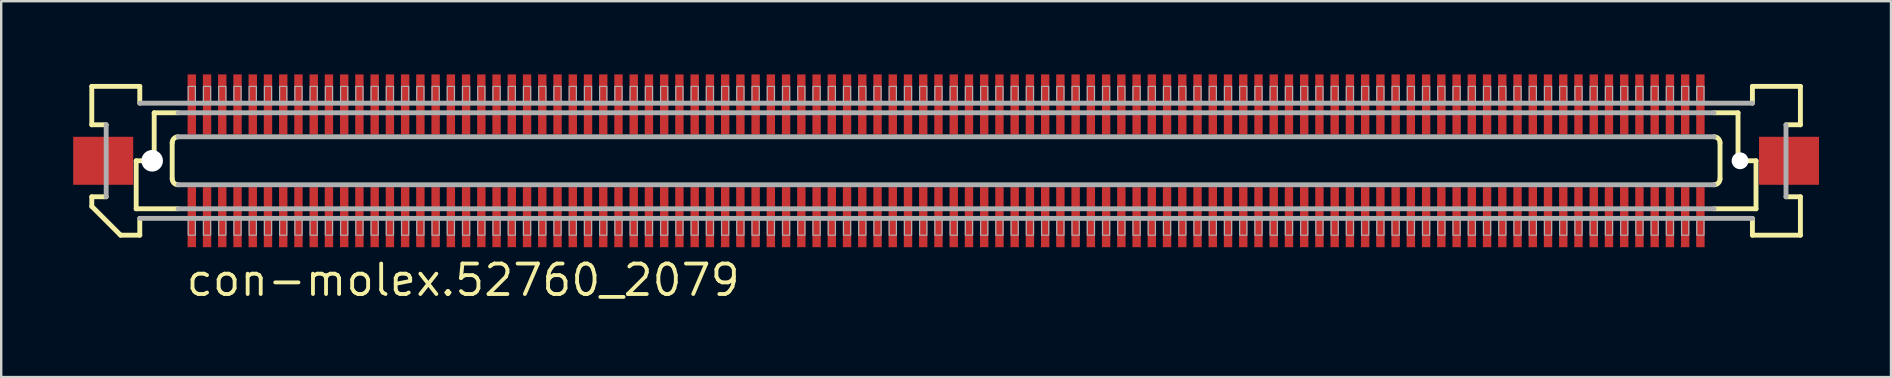
<source format=kicad_pcb>
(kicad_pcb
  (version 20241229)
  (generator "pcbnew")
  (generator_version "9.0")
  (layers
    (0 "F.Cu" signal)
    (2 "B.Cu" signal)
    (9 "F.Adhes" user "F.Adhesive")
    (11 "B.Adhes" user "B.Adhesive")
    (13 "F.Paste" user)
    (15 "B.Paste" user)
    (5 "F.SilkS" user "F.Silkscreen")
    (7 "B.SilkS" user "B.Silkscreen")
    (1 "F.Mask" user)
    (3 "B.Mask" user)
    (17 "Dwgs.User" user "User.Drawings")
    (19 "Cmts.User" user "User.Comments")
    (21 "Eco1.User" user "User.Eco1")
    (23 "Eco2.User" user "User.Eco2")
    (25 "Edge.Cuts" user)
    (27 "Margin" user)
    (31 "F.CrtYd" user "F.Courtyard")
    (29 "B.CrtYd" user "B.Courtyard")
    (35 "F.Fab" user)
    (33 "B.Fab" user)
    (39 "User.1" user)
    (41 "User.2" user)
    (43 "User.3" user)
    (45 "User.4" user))
  (footprint "con-molex.52760_2079"
    (layer "F.Cu")
    (at 36.375 3.65)
    (property "Reference" "con-molex.52760_2079" (at -31.75 5.715 0) (layer "F.SilkS") (effects (font (size 1.27 1.27) (thickness 0.16)) (justify left bottom)))
    (attr smd)
    (fp_rect (start -31.633 -1.075) (end -31.233 -3.625) (stroke (width 0.05) (type default)) (fill yes) (layer "F.Mask"))
    (fp_rect (start -31.633 3.625) (end -31.233 1.075) (stroke (width 0.05) (type default)) (fill yes) (layer "F.Mask"))
    (fp_rect (start -30.997 -1.075) (end -30.598 -3.625) (stroke (width 0.05) (type default)) (fill yes) (layer "F.Mask"))
    (fp_rect (start -30.997 3.625) (end -30.598 1.075) (stroke (width 0.05) (type default)) (fill yes) (layer "F.Mask"))
    (fp_rect (start -30.363 -1.075) (end -29.962 -3.625) (stroke (width 0.05) (type default)) (fill yes) (layer "F.Mask"))
    (fp_rect (start -30.363 3.625) (end -29.962 1.075) (stroke (width 0.05) (type default)) (fill yes) (layer "F.Mask"))
    (fp_rect (start -29.727 -1.075) (end -29.328 -3.625) (stroke (width 0.05) (type default)) (fill yes) (layer "F.Mask"))
    (fp_rect (start -29.727 3.625) (end -29.328 1.075) (stroke (width 0.05) (type default)) (fill yes) (layer "F.Mask"))
    (fp_rect (start -29.093 -1.075) (end -28.692 -3.625) (stroke (width 0.05) (type default)) (fill yes) (layer "F.Mask"))
    (fp_rect (start -29.093 3.625) (end -28.692 1.075) (stroke (width 0.05) (type default)) (fill yes) (layer "F.Mask"))
    (fp_rect (start -28.457 -1.075) (end -28.058 -3.625) (stroke (width 0.05) (type default)) (fill yes) (layer "F.Mask"))
    (fp_rect (start -28.457 3.625) (end -28.058 1.075) (stroke (width 0.05) (type default)) (fill yes) (layer "F.Mask"))
    (fp_rect (start -27.823 -1.075) (end -27.422 -3.625) (stroke (width 0.05) (type default)) (fill yes) (layer "F.Mask"))
    (fp_rect (start -27.823 3.625) (end -27.422 1.075) (stroke (width 0.05) (type default)) (fill yes) (layer "F.Mask"))
    (fp_rect (start -27.188 -1.075) (end -26.788 -3.625) (stroke (width 0.05) (type default)) (fill yes) (layer "F.Mask"))
    (fp_rect (start -27.188 3.625) (end -26.788 1.075) (stroke (width 0.05) (type default)) (fill yes) (layer "F.Mask"))
    (fp_rect (start -26.552 -1.075) (end -26.152 -3.625) (stroke (width 0.05) (type default)) (fill yes) (layer "F.Mask"))
    (fp_rect (start -26.552 3.625) (end -26.152 1.075) (stroke (width 0.05) (type default)) (fill yes) (layer "F.Mask"))
    (fp_rect (start -25.918 -1.075) (end -25.517 -3.625) (stroke (width 0.05) (type default)) (fill yes) (layer "F.Mask"))
    (fp_rect (start -25.918 3.625) (end -25.517 1.075) (stroke (width 0.05) (type default)) (fill yes) (layer "F.Mask"))
    (fp_rect (start -25.282 -1.075) (end -24.883 -3.625) (stroke (width 0.05) (type default)) (fill yes) (layer "F.Mask"))
    (fp_rect (start -25.282 3.625) (end -24.883 1.075) (stroke (width 0.05) (type default)) (fill yes) (layer "F.Mask"))
    (fp_rect (start -24.648 -1.075) (end -24.247 -3.625) (stroke (width 0.05) (type default)) (fill yes) (layer "F.Mask"))
    (fp_rect (start -24.648 3.625) (end -24.247 1.075) (stroke (width 0.05) (type default)) (fill yes) (layer "F.Mask"))
    (fp_rect (start -24.012 -1.075) (end -23.613 -3.625) (stroke (width 0.05) (type default)) (fill yes) (layer "F.Mask"))
    (fp_rect (start -24.012 3.625) (end -23.613 1.075) (stroke (width 0.05) (type default)) (fill yes) (layer "F.Mask"))
    (fp_rect (start -23.378 -1.075) (end -22.977 -3.625) (stroke (width 0.05) (type default)) (fill yes) (layer "F.Mask"))
    (fp_rect (start -23.378 3.625) (end -22.977 1.075) (stroke (width 0.05) (type default)) (fill yes) (layer "F.Mask"))
    (fp_rect (start -22.742 -1.075) (end -22.343 -3.625) (stroke (width 0.05) (type default)) (fill yes) (layer "F.Mask"))
    (fp_rect (start -22.742 3.625) (end -22.343 1.075) (stroke (width 0.05) (type default)) (fill yes) (layer "F.Mask"))
    (fp_rect (start -22.108 -1.075) (end -21.707 -3.625) (stroke (width 0.05) (type default)) (fill yes) (layer "F.Mask"))
    (fp_rect (start -22.108 3.625) (end -21.707 1.075) (stroke (width 0.05) (type default)) (fill yes) (layer "F.Mask"))
    (fp_rect (start -21.473 -1.075) (end -21.073 -3.625) (stroke (width 0.05) (type default)) (fill yes) (layer "F.Mask"))
    (fp_rect (start -21.473 3.625) (end -21.073 1.075) (stroke (width 0.05) (type default)) (fill yes) (layer "F.Mask"))
    (fp_rect (start -20.837 -1.075) (end -20.438 -3.625) (stroke (width 0.05) (type default)) (fill yes) (layer "F.Mask"))
    (fp_rect (start -20.837 3.625) (end -20.438 1.075) (stroke (width 0.05) (type default)) (fill yes) (layer "F.Mask"))
    (fp_rect (start -20.203 -1.075) (end -19.802 -3.625) (stroke (width 0.05) (type default)) (fill yes) (layer "F.Mask"))
    (fp_rect (start -20.203 3.625) (end -19.802 1.075) (stroke (width 0.05) (type default)) (fill yes) (layer "F.Mask"))
    (fp_rect (start -19.567 -1.075) (end -19.168 -3.625) (stroke (width 0.05) (type default)) (fill yes) (layer "F.Mask"))
    (fp_rect (start -19.567 3.625) (end -19.168 1.075) (stroke (width 0.05) (type default)) (fill yes) (layer "F.Mask"))
    (fp_rect (start -18.933 -1.075) (end -18.532 -3.625) (stroke (width 0.05) (type default)) (fill yes) (layer "F.Mask"))
    (fp_rect (start -18.933 3.625) (end -18.532 1.075) (stroke (width 0.05) (type default)) (fill yes) (layer "F.Mask"))
    (fp_rect (start -18.297 -1.075) (end -17.898 -3.625) (stroke (width 0.05) (type default)) (fill yes) (layer "F.Mask"))
    (fp_rect (start -18.297 3.625) (end -17.898 1.075) (stroke (width 0.05) (type default)) (fill yes) (layer "F.Mask"))
    (fp_rect (start -17.663 -1.075) (end -17.262 -3.625) (stroke (width 0.05) (type default)) (fill yes) (layer "F.Mask"))
    (fp_rect (start -17.663 3.625) (end -17.262 1.075) (stroke (width 0.05) (type default)) (fill yes) (layer "F.Mask"))
    (fp_rect (start -17.027 -1.075) (end -16.628 -3.625) (stroke (width 0.05) (type default)) (fill yes) (layer "F.Mask"))
    (fp_rect (start -17.027 3.625) (end -16.628 1.075) (stroke (width 0.05) (type default)) (fill yes) (layer "F.Mask"))
    (fp_rect (start -16.392 -1.075) (end -15.992 -3.625) (stroke (width 0.05) (type default)) (fill yes) (layer "F.Mask"))
    (fp_rect (start -16.392 3.625) (end -15.992 1.075) (stroke (width 0.05) (type default)) (fill yes) (layer "F.Mask"))
    (fp_rect (start -15.758 -1.075) (end -15.357 -3.625) (stroke (width 0.05) (type default)) (fill yes) (layer "F.Mask"))
    (fp_rect (start -15.758 3.625) (end -15.357 1.075) (stroke (width 0.05) (type default)) (fill yes) (layer "F.Mask"))
    (fp_rect (start -15.123 -1.075) (end -14.723 -3.625) (stroke (width 0.05) (type default)) (fill yes) (layer "F.Mask"))
    (fp_rect (start -15.123 3.625) (end -14.723 1.075) (stroke (width 0.05) (type default)) (fill yes) (layer "F.Mask"))
    (fp_rect (start -14.488 -1.075) (end -14.088 -3.625) (stroke (width 0.05) (type default)) (fill yes) (layer "F.Mask"))
    (fp_rect (start -14.488 3.625) (end -14.088 1.075) (stroke (width 0.05) (type default)) (fill yes) (layer "F.Mask"))
    (fp_rect (start -13.852 -1.075) (end -13.453 -3.625) (stroke (width 0.05) (type default)) (fill yes) (layer "F.Mask"))
    (fp_rect (start -13.852 3.625) (end -13.453 1.075) (stroke (width 0.05) (type default)) (fill yes) (layer "F.Mask"))
    (fp_rect (start -13.217 -1.075) (end -12.818 -3.625) (stroke (width 0.05) (type default)) (fill yes) (layer "F.Mask"))
    (fp_rect (start -13.217 3.625) (end -12.818 1.075) (stroke (width 0.05) (type default)) (fill yes) (layer "F.Mask"))
    (fp_rect (start -12.582 -1.075) (end -12.182 -3.625) (stroke (width 0.05) (type default)) (fill yes) (layer "F.Mask"))
    (fp_rect (start -12.582 3.625) (end -12.182 1.075) (stroke (width 0.05) (type default)) (fill yes) (layer "F.Mask"))
    (fp_rect (start -11.947 -1.075) (end -11.547 -3.625) (stroke (width 0.05) (type default)) (fill yes) (layer "F.Mask"))
    (fp_rect (start -11.947 3.625) (end -11.547 1.075) (stroke (width 0.05) (type default)) (fill yes) (layer "F.Mask"))
    (fp_rect (start -11.312 -1.075) (end -10.912 -3.625) (stroke (width 0.05) (type default)) (fill yes) (layer "F.Mask"))
    (fp_rect (start -11.312 3.625) (end -10.912 1.075) (stroke (width 0.05) (type default)) (fill yes) (layer "F.Mask"))
    (fp_rect (start -10.678 -1.075) (end -10.277 -3.625) (stroke (width 0.05) (type default)) (fill yes) (layer "F.Mask"))
    (fp_rect (start -10.678 3.625) (end -10.277 1.075) (stroke (width 0.05) (type default)) (fill yes) (layer "F.Mask"))
    (fp_rect (start -10.043 -1.075) (end -9.643 -3.625) (stroke (width 0.05) (type default)) (fill yes) (layer "F.Mask"))
    (fp_rect (start -10.043 3.625) (end -9.643 1.075) (stroke (width 0.05) (type default)) (fill yes) (layer "F.Mask"))
    (fp_rect (start -9.408 -1.075) (end -9.008 -3.625) (stroke (width 0.05) (type default)) (fill yes) (layer "F.Mask"))
    (fp_rect (start -9.408 3.625) (end -9.008 1.075) (stroke (width 0.05) (type default)) (fill yes) (layer "F.Mask"))
    (fp_rect (start -8.773 -1.075) (end -8.373 -3.625) (stroke (width 0.05) (type default)) (fill yes) (layer "F.Mask"))
    (fp_rect (start -8.773 3.625) (end -8.373 1.075) (stroke (width 0.05) (type default)) (fill yes) (layer "F.Mask"))
    (fp_rect (start -8.137 -1.075) (end -7.737 -3.625) (stroke (width 0.05) (type default)) (fill yes) (layer "F.Mask"))
    (fp_rect (start -8.137 3.625) (end -7.737 1.075) (stroke (width 0.05) (type default)) (fill yes) (layer "F.Mask"))
    (fp_rect (start -7.503 -1.075) (end -7.103 -3.625) (stroke (width 0.05) (type default)) (fill yes) (layer "F.Mask"))
    (fp_rect (start -7.503 3.625) (end -7.103 1.075) (stroke (width 0.05) (type default)) (fill yes) (layer "F.Mask"))
    (fp_rect (start -6.867 -1.075) (end -6.468 -3.625) (stroke (width 0.05) (type default)) (fill yes) (layer "F.Mask"))
    (fp_rect (start -6.867 3.625) (end -6.468 1.075) (stroke (width 0.05) (type default)) (fill yes) (layer "F.Mask"))
    (fp_rect (start -6.232 -1.075) (end -5.832 -3.625) (stroke (width 0.05) (type default)) (fill yes) (layer "F.Mask"))
    (fp_rect (start -6.232 3.625) (end -5.832 1.075) (stroke (width 0.05) (type default)) (fill yes) (layer "F.Mask"))
    (fp_rect (start -5.598 -1.075) (end -5.197 -3.625) (stroke (width 0.05) (type default)) (fill yes) (layer "F.Mask"))
    (fp_rect (start -5.598 3.625) (end -5.197 1.075) (stroke (width 0.05) (type default)) (fill yes) (layer "F.Mask"))
    (fp_rect (start -4.963 -1.075) (end -4.562 -3.625) (stroke (width 0.05) (type default)) (fill yes) (layer "F.Mask"))
    (fp_rect (start -4.963 3.625) (end -4.562 1.075) (stroke (width 0.05) (type default)) (fill yes) (layer "F.Mask"))
    (fp_rect (start -4.327 -1.075) (end -3.928 -3.625) (stroke (width 0.05) (type default)) (fill yes) (layer "F.Mask"))
    (fp_rect (start -4.327 3.625) (end -3.928 1.075) (stroke (width 0.05) (type default)) (fill yes) (layer "F.Mask"))
    (fp_rect (start -3.692 -1.075) (end -3.292 -3.625) (stroke (width 0.05) (type default)) (fill yes) (layer "F.Mask"))
    (fp_rect (start -3.692 3.625) (end -3.292 1.075) (stroke (width 0.05) (type default)) (fill yes) (layer "F.Mask"))
    (fp_rect (start -3.058 -1.075) (end -2.658 -3.625) (stroke (width 0.05) (type default)) (fill yes) (layer "F.Mask"))
    (fp_rect (start -3.058 3.625) (end -2.658 1.075) (stroke (width 0.05) (type default)) (fill yes) (layer "F.Mask"))
    (fp_rect (start -2.422 -1.075) (end -2.022 -3.625) (stroke (width 0.05) (type default)) (fill yes) (layer "F.Mask"))
    (fp_rect (start -2.422 3.625) (end -2.022 1.075) (stroke (width 0.05) (type default)) (fill yes) (layer "F.Mask"))
    (fp_rect (start -1.788 -1.075) (end -1.387 -3.625) (stroke (width 0.05) (type default)) (fill yes) (layer "F.Mask"))
    (fp_rect (start -1.788 3.625) (end -1.387 1.075) (stroke (width 0.05) (type default)) (fill yes) (layer "F.Mask"))
    (fp_rect (start -1.153 -1.075) (end -0.752 -3.625) (stroke (width 0.05) (type default)) (fill yes) (layer "F.Mask"))
    (fp_rect (start -1.153 3.625) (end -0.752 1.075) (stroke (width 0.05) (type default)) (fill yes) (layer "F.Mask"))
    (fp_rect (start -0.517 -1.075) (end -0.117 -3.625) (stroke (width 0.05) (type default)) (fill yes) (layer "F.Mask"))
    (fp_rect (start -0.517 3.625) (end -0.117 1.075) (stroke (width 0.05) (type default)) (fill yes) (layer "F.Mask"))
    (fp_rect (start 0.117 -1.075) (end 0.517 -3.625) (stroke (width 0.05) (type default)) (fill yes) (layer "F.Mask"))
    (fp_rect (start 0.117 3.625) (end 0.517 1.075) (stroke (width 0.05) (type default)) (fill yes) (layer "F.Mask"))
    (fp_rect (start 0.752 -1.075) (end 1.153 -3.625) (stroke (width 0.05) (type default)) (fill yes) (layer "F.Mask"))
    (fp_rect (start 0.752 3.625) (end 1.153 1.075) (stroke (width 0.05) (type default)) (fill yes) (layer "F.Mask"))
    (fp_rect (start 1.387 -1.075) (end 1.788 -3.625) (stroke (width 0.05) (type default)) (fill yes) (layer "F.Mask"))
    (fp_rect (start 1.387 3.625) (end 1.788 1.075) (stroke (width 0.05) (type default)) (fill yes) (layer "F.Mask"))
    (fp_rect (start 2.022 -1.075) (end 2.422 -3.625) (stroke (width 0.05) (type default)) (fill yes) (layer "F.Mask"))
    (fp_rect (start 2.022 3.625) (end 2.422 1.075) (stroke (width 0.05) (type default)) (fill yes) (layer "F.Mask"))
    (fp_rect (start 2.658 -1.075) (end 3.058 -3.625) (stroke (width 0.05) (type default)) (fill yes) (layer "F.Mask"))
    (fp_rect (start 2.658 3.625) (end 3.058 1.075) (stroke (width 0.05) (type default)) (fill yes) (layer "F.Mask"))
    (fp_rect (start 3.292 -1.075) (end 3.692 -3.625) (stroke (width 0.05) (type default)) (fill yes) (layer "F.Mask"))
    (fp_rect (start 3.292 3.625) (end 3.692 1.075) (stroke (width 0.05) (type default)) (fill yes) (layer "F.Mask"))
    (fp_rect (start 3.928 -1.075) (end 4.327 -3.625) (stroke (width 0.05) (type default)) (fill yes) (layer "F.Mask"))
    (fp_rect (start 3.928 3.625) (end 4.327 1.075) (stroke (width 0.05) (type default)) (fill yes) (layer "F.Mask"))
    (fp_rect (start 4.562 -1.075) (end 4.963 -3.625) (stroke (width 0.05) (type default)) (fill yes) (layer "F.Mask"))
    (fp_rect (start 4.562 3.625) (end 4.963 1.075) (stroke (width 0.05) (type default)) (fill yes) (layer "F.Mask"))
    (fp_rect (start 5.197 -1.075) (end 5.598 -3.625) (stroke (width 0.05) (type default)) (fill yes) (layer "F.Mask"))
    (fp_rect (start 5.197 3.625) (end 5.598 1.075) (stroke (width 0.05) (type default)) (fill yes) (layer "F.Mask"))
    (fp_rect (start 5.832 -1.075) (end 6.232 -3.625) (stroke (width 0.05) (type default)) (fill yes) (layer "F.Mask"))
    (fp_rect (start 5.832 3.625) (end 6.232 1.075) (stroke (width 0.05) (type default)) (fill yes) (layer "F.Mask"))
    (fp_rect (start 6.468 -1.075) (end 6.867 -3.625) (stroke (width 0.05) (type default)) (fill yes) (layer "F.Mask"))
    (fp_rect (start 6.468 3.625) (end 6.867 1.075) (stroke (width 0.05) (type default)) (fill yes) (layer "F.Mask"))
    (fp_rect (start 7.103 -1.075) (end 7.503 -3.625) (stroke (width 0.05) (type default)) (fill yes) (layer "F.Mask"))
    (fp_rect (start 7.103 3.625) (end 7.503 1.075) (stroke (width 0.05) (type default)) (fill yes) (layer "F.Mask"))
    (fp_rect (start 7.737 -1.075) (end 8.137 -3.625) (stroke (width 0.05) (type default)) (fill yes) (layer "F.Mask"))
    (fp_rect (start 7.737 3.625) (end 8.137 1.075) (stroke (width 0.05) (type default)) (fill yes) (layer "F.Mask"))
    (fp_rect (start 8.373 -1.075) (end 8.773 -3.625) (stroke (width 0.05) (type default)) (fill yes) (layer "F.Mask"))
    (fp_rect (start 8.373 3.625) (end 8.773 1.075) (stroke (width 0.05) (type default)) (fill yes) (layer "F.Mask"))
    (fp_rect (start 9.008 -1.075) (end 9.408 -3.625) (stroke (width 0.05) (type default)) (fill yes) (layer "F.Mask"))
    (fp_rect (start 9.008 3.625) (end 9.408 1.075) (stroke (width 0.05) (type default)) (fill yes) (layer "F.Mask"))
    (fp_rect (start 9.643 -1.075) (end 10.043 -3.625) (stroke (width 0.05) (type default)) (fill yes) (layer "F.Mask"))
    (fp_rect (start 9.643 3.625) (end 10.043 1.075) (stroke (width 0.05) (type default)) (fill yes) (layer "F.Mask"))
    (fp_rect (start 10.277 -1.075) (end 10.678 -3.625) (stroke (width 0.05) (type default)) (fill yes) (layer "F.Mask"))
    (fp_rect (start 10.277 3.625) (end 10.678 1.075) (stroke (width 0.05) (type default)) (fill yes) (layer "F.Mask"))
    (fp_rect (start 10.912 -1.075) (end 11.312 -3.625) (stroke (width 0.05) (type default)) (fill yes) (layer "F.Mask"))
    (fp_rect (start 10.912 3.625) (end 11.312 1.075) (stroke (width 0.05) (type default)) (fill yes) (layer "F.Mask"))
    (fp_rect (start 11.547 -1.075) (end 11.947 -3.625) (stroke (width 0.05) (type default)) (fill yes) (layer "F.Mask"))
    (fp_rect (start 11.547 3.625) (end 11.947 1.075) (stroke (width 0.05) (type default)) (fill yes) (layer "F.Mask"))
    (fp_rect (start 12.182 -1.075) (end 12.582 -3.625) (stroke (width 0.05) (type default)) (fill yes) (layer "F.Mask"))
    (fp_rect (start 12.182 3.625) (end 12.582 1.075) (stroke (width 0.05) (type default)) (fill yes) (layer "F.Mask"))
    (fp_rect (start 12.818 -1.075) (end 13.217 -3.625) (stroke (width 0.05) (type default)) (fill yes) (layer "F.Mask"))
    (fp_rect (start 12.818 3.625) (end 13.217 1.075) (stroke (width 0.05) (type default)) (fill yes) (layer "F.Mask"))
    (fp_rect (start 13.453 -1.075) (end 13.852 -3.625) (stroke (width 0.05) (type default)) (fill yes) (layer "F.Mask"))
    (fp_rect (start 13.453 3.625) (end 13.852 1.075) (stroke (width 0.05) (type default)) (fill yes) (layer "F.Mask"))
    (fp_rect (start 14.088 -1.075) (end 14.488 -3.625) (stroke (width 0.05) (type default)) (fill yes) (layer "F.Mask"))
    (fp_rect (start 14.088 3.625) (end 14.488 1.075) (stroke (width 0.05) (type default)) (fill yes) (layer "F.Mask"))
    (fp_rect (start 14.723 -1.075) (end 15.123 -3.625) (stroke (width 0.05) (type default)) (fill yes) (layer "F.Mask"))
    (fp_rect (start 14.723 3.625) (end 15.123 1.075) (stroke (width 0.05) (type default)) (fill yes) (layer "F.Mask"))
    (fp_rect (start 15.357 -1.075) (end 15.758 -3.625) (stroke (width 0.05) (type default)) (fill yes) (layer "F.Mask"))
    (fp_rect (start 15.357 3.625) (end 15.758 1.075) (stroke (width 0.05) (type default)) (fill yes) (layer "F.Mask"))
    (fp_rect (start 15.992 -1.075) (end 16.392 -3.625) (stroke (width 0.05) (type default)) (fill yes) (layer "F.Mask"))
    (fp_rect (start 15.992 3.625) (end 16.392 1.075) (stroke (width 0.05) (type default)) (fill yes) (layer "F.Mask"))
    (fp_rect (start 16.628 -1.075) (end 17.027 -3.625) (stroke (width 0.05) (type default)) (fill yes) (layer "F.Mask"))
    (fp_rect (start 16.628 3.625) (end 17.027 1.075) (stroke (width 0.05) (type default)) (fill yes) (layer "F.Mask"))
    (fp_rect (start 17.262 -1.075) (end 17.663 -3.625) (stroke (width 0.05) (type default)) (fill yes) (layer "F.Mask"))
    (fp_rect (start 17.262 3.625) (end 17.663 1.075) (stroke (width 0.05) (type default)) (fill yes) (layer "F.Mask"))
    (fp_rect (start 17.898 -1.075) (end 18.297 -3.625) (stroke (width 0.05) (type default)) (fill yes) (layer "F.Mask"))
    (fp_rect (start 17.898 3.625) (end 18.297 1.075) (stroke (width 0.05) (type default)) (fill yes) (layer "F.Mask"))
    (fp_rect (start 18.532 -1.075) (end 18.933 -3.625) (stroke (width 0.05) (type default)) (fill yes) (layer "F.Mask"))
    (fp_rect (start 18.532 3.625) (end 18.933 1.075) (stroke (width 0.05) (type default)) (fill yes) (layer "F.Mask"))
    (fp_rect (start 19.168 -1.075) (end 19.567 -3.625) (stroke (width 0.05) (type default)) (fill yes) (layer "F.Mask"))
    (fp_rect (start 19.168 3.625) (end 19.567 1.075) (stroke (width 0.05) (type default)) (fill yes) (layer "F.Mask"))
    (fp_rect (start 19.802 -1.075) (end 20.203 -3.625) (stroke (width 0.05) (type default)) (fill yes) (layer "F.Mask"))
    (fp_rect (start 19.802 3.625) (end 20.203 1.075) (stroke (width 0.05) (type default)) (fill yes) (layer "F.Mask"))
    (fp_rect (start 20.438 -1.075) (end 20.837 -3.625) (stroke (width 0.05) (type default)) (fill yes) (layer "F.Mask"))
    (fp_rect (start 20.438 3.625) (end 20.837 1.075) (stroke (width 0.05) (type default)) (fill yes) (layer "F.Mask"))
    (fp_rect (start 21.073 -1.075) (end 21.473 -3.625) (stroke (width 0.05) (type default)) (fill yes) (layer "F.Mask"))
    (fp_rect (start 21.073 3.625) (end 21.473 1.075) (stroke (width 0.05) (type default)) (fill yes) (layer "F.Mask"))
    (fp_rect (start 21.707 -1.075) (end 22.108 -3.625) (stroke (width 0.05) (type default)) (fill yes) (layer "F.Mask"))
    (fp_rect (start 21.707 3.625) (end 22.108 1.075) (stroke (width 0.05) (type default)) (fill yes) (layer "F.Mask"))
    (fp_rect (start 22.343 -1.075) (end 22.742 -3.625) (stroke (width 0.05) (type default)) (fill yes) (layer "F.Mask"))
    (fp_rect (start 22.343 3.625) (end 22.742 1.075) (stroke (width 0.05) (type default)) (fill yes) (layer "F.Mask"))
    (fp_rect (start 22.977 -1.075) (end 23.378 -3.625) (stroke (width 0.05) (type default)) (fill yes) (layer "F.Mask"))
    (fp_rect (start 22.977 3.625) (end 23.378 1.075) (stroke (width 0.05) (type default)) (fill yes) (layer "F.Mask"))
    (fp_rect (start 23.613 -1.075) (end 24.012 -3.625) (stroke (width 0.05) (type default)) (fill yes) (layer "F.Mask"))
    (fp_rect (start 23.613 3.625) (end 24.012 1.075) (stroke (width 0.05) (type default)) (fill yes) (layer "F.Mask"))
    (fp_rect (start 24.247 -1.075) (end 24.648 -3.625) (stroke (width 0.05) (type default)) (fill yes) (layer "F.Mask"))
    (fp_rect (start 24.247 3.625) (end 24.648 1.075) (stroke (width 0.05) (type default)) (fill yes) (layer "F.Mask"))
    (fp_rect (start 24.883 -1.075) (end 25.282 -3.625) (stroke (width 0.05) (type default)) (fill yes) (layer "F.Mask"))
    (fp_rect (start 24.883 3.625) (end 25.282 1.075) (stroke (width 0.05) (type default)) (fill yes) (layer "F.Mask"))
    (fp_rect (start 25.517 -1.075) (end 25.918 -3.625) (stroke (width 0.05) (type default)) (fill yes) (layer "F.Mask"))
    (fp_rect (start 25.517 3.625) (end 25.918 1.075) (stroke (width 0.05) (type default)) (fill yes) (layer "F.Mask"))
    (fp_rect (start 26.152 -1.075) (end 26.552 -3.625) (stroke (width 0.05) (type default)) (fill yes) (layer "F.Mask"))
    (fp_rect (start 26.152 3.625) (end 26.552 1.075) (stroke (width 0.05) (type default)) (fill yes) (layer "F.Mask"))
    (fp_rect (start 26.788 -1.075) (end 27.188 -3.625) (stroke (width 0.05) (type default)) (fill yes) (layer "F.Mask"))
    (fp_rect (start 26.788 3.625) (end 27.188 1.075) (stroke (width 0.05) (type default)) (fill yes) (layer "F.Mask"))
    (fp_rect (start 27.422 -1.075) (end 27.823 -3.625) (stroke (width 0.05) (type default)) (fill yes) (layer "F.Mask"))
    (fp_rect (start 27.422 3.625) (end 27.823 1.075) (stroke (width 0.05) (type default)) (fill yes) (layer "F.Mask"))
    (fp_rect (start 28.058 -1.075) (end 28.457 -3.625) (stroke (width 0.05) (type default)) (fill yes) (layer "F.Mask"))
    (fp_rect (start 28.058 3.625) (end 28.457 1.075) (stroke (width 0.05) (type default)) (fill yes) (layer "F.Mask"))
    (fp_rect (start 28.692 -1.075) (end 29.093 -3.625) (stroke (width 0.05) (type default)) (fill yes) (layer "F.Mask"))
    (fp_rect (start 28.692 3.625) (end 29.093 1.075) (stroke (width 0.05) (type default)) (fill yes) (layer "F.Mask"))
    (fp_rect (start 29.328 -1.075) (end 29.727 -3.625) (stroke (width 0.05) (type default)) (fill yes) (layer "F.Mask"))
    (fp_rect (start 29.328 3.625) (end 29.727 1.075) (stroke (width 0.05) (type default)) (fill yes) (layer "F.Mask"))
    (fp_rect (start 29.962 -1.075) (end 30.363 -3.625) (stroke (width 0.05) (type default)) (fill yes) (layer "F.Mask"))
    (fp_rect (start 29.962 3.625) (end 30.363 1.075) (stroke (width 0.05) (type default)) (fill yes) (layer "F.Mask"))
    (fp_rect (start 30.598 -1.075) (end 30.997 -3.625) (stroke (width 0.05) (type default)) (fill yes) (layer "F.Mask"))
    (fp_rect (start 30.598 3.625) (end 30.997 1.075) (stroke (width 0.05) (type default)) (fill yes) (layer "F.Mask"))
    (fp_rect (start 31.233 -1.075) (end 31.633 -3.625) (stroke (width 0.05) (type default)) (fill yes) (layer "F.Mask"))
    (fp_rect (start 31.233 3.625) (end 31.633 1.075) (stroke (width 0.05) (type default)) (fill yes) (layer "F.Mask"))
    (fp_line (start -35.6 -3.1) (end -33.6 -3.1) (stroke (width 0.203) (type default)) (layer "F.SilkS"))
    (fp_line (start -35.6 -1.5) (end -35.6 -3.1) (stroke (width 0.203) (type default)) (layer "F.SilkS"))
    (fp_line (start -35.6 1.5) (end -35 1.5) (stroke (width 0.203) (type default)) (layer "F.SilkS"))
    (fp_line (start -35.6 1.9) (end -35.6 1.5) (stroke (width 0.203) (type default)) (layer "F.SilkS"))
    (fp_line (start -35 -1.5) (end -35.6 -1.5) (stroke (width 0.203) (type default)) (layer "F.SilkS"))
    (fp_line (start -34.4 3.1) (end -35.6 1.9) (stroke (width 0.203) (type default)) (layer "F.SilkS"))
    (fp_line (start -33.75 0) (end -33.75 2) (stroke (width 0.203) (type default)) (layer "F.SilkS"))
    (fp_line (start -33.75 2) (end -32 2) (stroke (width 0.203) (type default)) (layer "F.SilkS"))
    (fp_line (start -33.6 -3.1) (end -33.6 -2.4) (stroke (width 0.203) (type default)) (layer "F.SilkS"))
    (fp_line (start -33.6 2.4) (end -33.6 3.1) (stroke (width 0.203) (type default)) (layer "F.SilkS"))
    (fp_line (start -33.6 3.1) (end -34.4 3.1) (stroke (width 0.203) (type default)) (layer "F.SilkS"))
    (fp_line (start -33 -2) (end -33 0) (stroke (width 0.203) (type default)) (layer "F.SilkS"))
    (fp_line (start -33 0) (end -33.75 0) (stroke (width 0.203) (type default)) (layer "F.SilkS"))
    (fp_line (start -32.25 0.75) (end -32.25 -0.75) (stroke (width 0.203) (type default)) (layer "F.SilkS"))
    (fp_line (start -32 -2) (end -33 -2) (stroke (width 0.203) (type default)) (layer "F.SilkS"))
    (fp_line (start 32 2) (end 33.75 2) (stroke (width 0.203) (type default)) (layer "F.SilkS"))
    (fp_line (start 32.25 -0.75) (end 32.25 0.75) (stroke (width 0.203) (type default)) (layer "F.SilkS"))
    (fp_line (start 33 -2) (end 32 -2) (stroke (width 0.203) (type default)) (layer "F.SilkS"))
    (fp_line (start 33 -2) (end 33 0) (stroke (width 0.203) (type default)) (layer "F.SilkS"))
    (fp_line (start 33.6 -3.1) (end 35.6 -3.1) (stroke (width 0.203) (type default)) (layer "F.SilkS"))
    (fp_line (start 33.6 -2.4) (end 33.6 -3.1) (stroke (width 0.203) (type default)) (layer "F.SilkS"))
    (fp_line (start 33.6 3.1) (end 33.6 2.4) (stroke (width 0.203) (type default)) (layer "F.SilkS"))
    (fp_line (start 33.75 0) (end 33 0) (stroke (width 0.203) (type default)) (layer "F.SilkS"))
    (fp_line (start 33.75 0) (end 33.75 2) (stroke (width 0.203) (type default)) (layer "F.SilkS"))
    (fp_line (start 35 1.5) (end 35.6 1.5) (stroke (width 0.203) (type default)) (layer "F.SilkS"))
    (fp_line (start 35.6 -3.1) (end 35.6 -1.5) (stroke (width 0.203) (type default)) (layer "F.SilkS"))
    (fp_line (start 35.6 -1.5) (end 35 -1.5) (stroke (width 0.203) (type default)) (layer "F.SilkS"))
    (fp_line (start 35.6 1.5) (end 35.6 3.1) (stroke (width 0.203) (type default)) (layer "F.SilkS"))
    (fp_line (start 35.6 3.1) (end 33.6 3.1) (stroke (width 0.203) (type default)) (layer "F.SilkS"))
    (fp_arc (start -32.25 -0.75) (mid -32.176777 -0.926777) (end -32 -1) (stroke (width 0.2032) (type default)) (layer "F.SilkS"))
    (fp_arc (start -32 1) (mid -32.176777 0.926777) (end -32.25 0.75) (stroke (width 0.2032) (type default)) (layer "F.SilkS"))
    (fp_arc (start 32 -1) (mid 32.176777 -0.926777) (end 32.25 -0.75) (stroke (width 0.2032) (type default)) (layer "F.SilkS"))
    (fp_arc (start 32.25 0.75) (mid 32.176777 0.926777) (end 32 1) (stroke (width 0.2032) (type default)) (layer "F.SilkS"))
    (fp_line (start -35 1.5) (end -35 -1.5) (stroke (width 0.203) (type default)) (layer "F.Fab"))
    (fp_line (start -33.6 -2.4) (end 33.6 -2.4) (stroke (width 0.203) (type default)) (layer "F.Fab"))
    (fp_line (start -32 -1) (end 32 -1) (stroke (width 0.203) (type default)) (layer "F.Fab"))
    (fp_line (start -32 2) (end 32 2) (stroke (width 0.203) (type default)) (layer "F.Fab"))
    (fp_line (start 32 -2) (end -32 -2) (stroke (width 0.203) (type default)) (layer "F.Fab"))
    (fp_line (start 32 1) (end -32 1) (stroke (width 0.203) (type default)) (layer "F.Fab"))
    (fp_line (start 33.6 2.4) (end -33.6 2.4) (stroke (width 0.203) (type default)) (layer "F.Fab"))
    (fp_line (start 35 -1.5) (end 35 1.5) (stroke (width 0.203) (type default)) (layer "F.Fab"))
    (fp_rect (start -31.582 -2.375) (end -31.282 -3.1) (stroke (width 0.05) (type default)) (fill no) (layer "F.Fab"))
    (fp_rect (start -31.582 3.1) (end -31.282 2.375) (stroke (width 0.05) (type default)) (fill no) (layer "F.Fab"))
    (fp_rect (start -30.948 -2.375) (end -30.648 -3.1) (stroke (width 0.05) (type default)) (fill no) (layer "F.Fab"))
    (fp_rect (start -30.948 3.1) (end -30.648 2.375) (stroke (width 0.05) (type default)) (fill no) (layer "F.Fab"))
    (fp_rect (start -30.312 -2.375) (end -30.012 -3.1) (stroke (width 0.05) (type default)) (fill no) (layer "F.Fab"))
    (fp_rect (start -30.312 3.1) (end -30.012 2.375) (stroke (width 0.05) (type default)) (fill no) (layer "F.Fab"))
    (fp_rect (start -29.677 -2.375) (end -29.378 -3.1) (stroke (width 0.05) (type default)) (fill no) (layer "F.Fab"))
    (fp_rect (start -29.677 3.1) (end -29.378 2.375) (stroke (width 0.05) (type default)) (fill no) (layer "F.Fab"))
    (fp_rect (start -29.043 -2.375) (end -28.742 -3.1) (stroke (width 0.05) (type default)) (fill no) (layer "F.Fab"))
    (fp_rect (start -29.043 3.1) (end -28.742 2.375) (stroke (width 0.05) (type default)) (fill no) (layer "F.Fab"))
    (fp_rect (start -28.407 -2.375) (end -28.108 -3.1) (stroke (width 0.05) (type default)) (fill no) (layer "F.Fab"))
    (fp_rect (start -28.407 3.1) (end -28.108 2.375) (stroke (width 0.05) (type default)) (fill no) (layer "F.Fab"))
    (fp_rect (start -27.773 -2.375) (end -27.473 -3.1) (stroke (width 0.05) (type default)) (fill no) (layer "F.Fab"))
    (fp_rect (start -27.773 3.1) (end -27.473 2.375) (stroke (width 0.05) (type default)) (fill no) (layer "F.Fab"))
    (fp_rect (start -27.137 -2.375) (end -26.837 -3.1) (stroke (width 0.05) (type default)) (fill no) (layer "F.Fab"))
    (fp_rect (start -27.137 3.1) (end -26.837 2.375) (stroke (width 0.05) (type default)) (fill no) (layer "F.Fab"))
    (fp_rect (start -26.503 -2.375) (end -26.203 -3.1) (stroke (width 0.05) (type default)) (fill no) (layer "F.Fab"))
    (fp_rect (start -26.503 3.1) (end -26.203 2.375) (stroke (width 0.05) (type default)) (fill no) (layer "F.Fab"))
    (fp_rect (start -25.867 -2.375) (end -25.567 -3.1) (stroke (width 0.05) (type default)) (fill no) (layer "F.Fab"))
    (fp_rect (start -25.867 3.1) (end -25.567 2.375) (stroke (width 0.05) (type default)) (fill no) (layer "F.Fab"))
    (fp_rect (start -25.233 -2.375) (end -24.933 -3.1) (stroke (width 0.05) (type default)) (fill no) (layer "F.Fab"))
    (fp_rect (start -25.233 3.1) (end -24.933 2.375) (stroke (width 0.05) (type default)) (fill no) (layer "F.Fab"))
    (fp_rect (start -24.598 -2.375) (end -24.297 -3.1) (stroke (width 0.05) (type default)) (fill no) (layer "F.Fab"))
    (fp_rect (start -24.598 3.1) (end -24.297 2.375) (stroke (width 0.05) (type default)) (fill no) (layer "F.Fab"))
    (fp_rect (start -23.962 -2.375) (end -23.663 -3.1) (stroke (width 0.05) (type default)) (fill no) (layer "F.Fab"))
    (fp_rect (start -23.962 3.1) (end -23.663 2.375) (stroke (width 0.05) (type default)) (fill no) (layer "F.Fab"))
    (fp_rect (start -23.328 -2.375) (end -23.027 -3.1) (stroke (width 0.05) (type default)) (fill no) (layer "F.Fab"))
    (fp_rect (start -23.328 3.1) (end -23.027 2.375) (stroke (width 0.05) (type default)) (fill no) (layer "F.Fab"))
    (fp_rect (start -22.692 -2.375) (end -22.392 -3.1) (stroke (width 0.05) (type default)) (fill no) (layer "F.Fab"))
    (fp_rect (start -22.692 3.1) (end -22.392 2.375) (stroke (width 0.05) (type default)) (fill no) (layer "F.Fab"))
    (fp_rect (start -22.058 -2.375) (end -21.758 -3.1) (stroke (width 0.05) (type default)) (fill no) (layer "F.Fab"))
    (fp_rect (start -22.058 3.1) (end -21.758 2.375) (stroke (width 0.05) (type default)) (fill no) (layer "F.Fab"))
    (fp_rect (start -21.422 -2.375) (end -21.122 -3.1) (stroke (width 0.05) (type default)) (fill no) (layer "F.Fab"))
    (fp_rect (start -21.422 3.1) (end -21.122 2.375) (stroke (width 0.05) (type default)) (fill no) (layer "F.Fab"))
    (fp_rect (start -20.788 -2.375) (end -20.488 -3.1) (stroke (width 0.05) (type default)) (fill no) (layer "F.Fab"))
    (fp_rect (start -20.788 3.1) (end -20.488 2.375) (stroke (width 0.05) (type default)) (fill no) (layer "F.Fab"))
    (fp_rect (start -20.152 -2.375) (end -19.852 -3.1) (stroke (width 0.05) (type default)) (fill no) (layer "F.Fab"))
    (fp_rect (start -20.152 3.1) (end -19.852 2.375) (stroke (width 0.05) (type default)) (fill no) (layer "F.Fab"))
    (fp_rect (start -19.517 -2.375) (end -19.218 -3.1) (stroke (width 0.05) (type default)) (fill no) (layer "F.Fab"))
    (fp_rect (start -19.517 3.1) (end -19.218 2.375) (stroke (width 0.05) (type default)) (fill no) (layer "F.Fab"))
    (fp_rect (start -18.883 -2.375) (end -18.582 -3.1) (stroke (width 0.05) (type default)) (fill no) (layer "F.Fab"))
    (fp_rect (start -18.883 3.1) (end -18.582 2.375) (stroke (width 0.05) (type default)) (fill no) (layer "F.Fab"))
    (fp_rect (start -18.247 -2.375) (end -17.948 -3.1) (stroke (width 0.05) (type default)) (fill no) (layer "F.Fab"))
    (fp_rect (start -18.247 3.1) (end -17.948 2.375) (stroke (width 0.05) (type default)) (fill no) (layer "F.Fab"))
    (fp_rect (start -17.613 -2.375) (end -17.312 -3.1) (stroke (width 0.05) (type default)) (fill no) (layer "F.Fab"))
    (fp_rect (start -17.613 3.1) (end -17.312 2.375) (stroke (width 0.05) (type default)) (fill no) (layer "F.Fab"))
    (fp_rect (start -16.977 -2.375) (end -16.677 -3.1) (stroke (width 0.05) (type default)) (fill no) (layer "F.Fab"))
    (fp_rect (start -16.977 3.1) (end -16.677 2.375) (stroke (width 0.05) (type default)) (fill no) (layer "F.Fab"))
    (fp_rect (start -16.343 -2.375) (end -16.043 -3.1) (stroke (width 0.05) (type default)) (fill no) (layer "F.Fab"))
    (fp_rect (start -16.343 3.1) (end -16.043 2.375) (stroke (width 0.05) (type default)) (fill no) (layer "F.Fab"))
    (fp_rect (start -15.707 -2.375) (end -15.408 -3.1) (stroke (width 0.05) (type default)) (fill no) (layer "F.Fab"))
    (fp_rect (start -15.707 3.1) (end -15.408 2.375) (stroke (width 0.05) (type default)) (fill no) (layer "F.Fab"))
    (fp_rect (start -15.072 -2.375) (end -14.773 -3.1) (stroke (width 0.05) (type default)) (fill no) (layer "F.Fab"))
    (fp_rect (start -15.072 3.1) (end -14.773 2.375) (stroke (width 0.05) (type default)) (fill no) (layer "F.Fab"))
    (fp_rect (start -14.438 -2.375) (end -14.137 -3.1) (stroke (width 0.05) (type default)) (fill no) (layer "F.Fab"))
    (fp_rect (start -14.438 3.1) (end -14.137 2.375) (stroke (width 0.05) (type default)) (fill no) (layer "F.Fab"))
    (fp_rect (start -13.803 -2.375) (end -13.502 -3.1) (stroke (width 0.05) (type default)) (fill no) (layer "F.Fab"))
    (fp_rect (start -13.803 3.1) (end -13.502 2.375) (stroke (width 0.05) (type default)) (fill no) (layer "F.Fab"))
    (fp_rect (start -13.168 -2.375) (end -12.867 -3.1) (stroke (width 0.05) (type default)) (fill no) (layer "F.Fab"))
    (fp_rect (start -13.168 3.1) (end -12.867 2.375) (stroke (width 0.05) (type default)) (fill no) (layer "F.Fab"))
    (fp_rect (start -12.533 -2.375) (end -12.232 -3.1) (stroke (width 0.05) (type default)) (fill no) (layer "F.Fab"))
    (fp_rect (start -12.533 3.1) (end -12.232 2.375) (stroke (width 0.05) (type default)) (fill no) (layer "F.Fab"))
    (fp_rect (start -11.898 -2.375) (end -11.598 -3.1) (stroke (width 0.05) (type default)) (fill no) (layer "F.Fab"))
    (fp_rect (start -11.898 3.1) (end -11.598 2.375) (stroke (width 0.05) (type default)) (fill no) (layer "F.Fab"))
    (fp_rect (start -11.262 -2.375) (end -10.963 -3.1) (stroke (width 0.05) (type default)) (fill no) (layer "F.Fab"))
    (fp_rect (start -11.262 3.1) (end -10.963 2.375) (stroke (width 0.05) (type default)) (fill no) (layer "F.Fab"))
    (fp_rect (start -10.627 -2.375) (end -10.328 -3.1) (stroke (width 0.05) (type default)) (fill no) (layer "F.Fab"))
    (fp_rect (start -10.627 3.1) (end -10.328 2.375) (stroke (width 0.05) (type default)) (fill no) (layer "F.Fab"))
    (fp_rect (start -9.992 -2.375) (end -9.693 -3.1) (stroke (width 0.05) (type default)) (fill no) (layer "F.Fab"))
    (fp_rect (start -9.992 3.1) (end -9.693 2.375) (stroke (width 0.05) (type default)) (fill no) (layer "F.Fab"))
    (fp_rect (start -9.357 -2.375) (end -9.057 -3.1) (stroke (width 0.05) (type default)) (fill no) (layer "F.Fab"))
    (fp_rect (start -9.357 3.1) (end -9.057 2.375) (stroke (width 0.05) (type default)) (fill no) (layer "F.Fab"))
    (fp_rect (start -8.723 -2.375) (end -8.422 -3.1) (stroke (width 0.05) (type default)) (fill no) (layer "F.Fab"))
    (fp_rect (start -8.723 3.1) (end -8.422 2.375) (stroke (width 0.05) (type default)) (fill no) (layer "F.Fab"))
    (fp_rect (start -8.088 -2.375) (end -7.787 -3.1) (stroke (width 0.05) (type default)) (fill no) (layer "F.Fab"))
    (fp_rect (start -8.088 3.1) (end -7.787 2.375) (stroke (width 0.05) (type default)) (fill no) (layer "F.Fab"))
    (fp_rect (start -7.452 -2.375) (end -7.152 -3.1) (stroke (width 0.05) (type default)) (fill no) (layer "F.Fab"))
    (fp_rect (start -7.452 3.1) (end -7.152 2.375) (stroke (width 0.05) (type default)) (fill no) (layer "F.Fab"))
    (fp_rect (start -6.817 -2.375) (end -6.518 -3.1) (stroke (width 0.05) (type default)) (fill no) (layer "F.Fab"))
    (fp_rect (start -6.817 3.1) (end -6.518 2.375) (stroke (width 0.05) (type default)) (fill no) (layer "F.Fab"))
    (fp_rect (start -6.183 -2.375) (end -5.883 -3.1) (stroke (width 0.05) (type default)) (fill no) (layer "F.Fab"))
    (fp_rect (start -6.183 3.1) (end -5.883 2.375) (stroke (width 0.05) (type default)) (fill no) (layer "F.Fab"))
    (fp_rect (start -5.548 -2.375) (end -5.247 -3.1) (stroke (width 0.05) (type default)) (fill no) (layer "F.Fab"))
    (fp_rect (start -5.548 3.1) (end -5.247 2.375) (stroke (width 0.05) (type default)) (fill no) (layer "F.Fab"))
    (fp_rect (start -4.912 -2.375) (end -4.612 -3.1) (stroke (width 0.05) (type default)) (fill no) (layer "F.Fab"))
    (fp_rect (start -4.912 3.1) (end -4.612 2.375) (stroke (width 0.05) (type default)) (fill no) (layer "F.Fab"))
    (fp_rect (start -4.277 -2.375) (end -3.978 -3.1) (stroke (width 0.05) (type default)) (fill no) (layer "F.Fab"))
    (fp_rect (start -4.277 3.1) (end -3.978 2.375) (stroke (width 0.05) (type default)) (fill no) (layer "F.Fab"))
    (fp_rect (start -3.643 -2.375) (end -3.342 -3.1) (stroke (width 0.05) (type default)) (fill no) (layer "F.Fab"))
    (fp_rect (start -3.643 3.1) (end -3.342 2.375) (stroke (width 0.05) (type default)) (fill no) (layer "F.Fab"))
    (fp_rect (start -3.007 -2.375) (end -2.708 -3.1) (stroke (width 0.05) (type default)) (fill no) (layer "F.Fab"))
    (fp_rect (start -3.007 3.1) (end -2.708 2.375) (stroke (width 0.05) (type default)) (fill no) (layer "F.Fab"))
    (fp_rect (start -2.373 -2.375) (end -2.072 -3.1) (stroke (width 0.05) (type default)) (fill no) (layer "F.Fab"))
    (fp_rect (start -2.373 3.1) (end -2.072 2.375) (stroke (width 0.05) (type default)) (fill no) (layer "F.Fab"))
    (fp_rect (start -1.738 -2.375) (end -1.438 -3.1) (stroke (width 0.05) (type default)) (fill no) (layer "F.Fab"))
    (fp_rect (start -1.738 3.1) (end -1.438 2.375) (stroke (width 0.05) (type default)) (fill no) (layer "F.Fab"))
    (fp_rect (start -1.103 -2.375) (end -0.802 -3.1) (stroke (width 0.05) (type default)) (fill no) (layer "F.Fab"))
    (fp_rect (start -1.103 3.1) (end -0.802 2.375) (stroke (width 0.05) (type default)) (fill no) (layer "F.Fab"))
    (fp_rect (start -0.468 -2.375) (end -0.168 -3.1) (stroke (width 0.05) (type default)) (fill no) (layer "F.Fab"))
    (fp_rect (start -0.468 3.1) (end -0.168 2.375) (stroke (width 0.05) (type default)) (fill no) (layer "F.Fab"))
    (fp_rect (start 0.168 -2.375) (end 0.468 -3.1) (stroke (width 0.05) (type default)) (fill no) (layer "F.Fab"))
    (fp_rect (start 0.168 3.1) (end 0.468 2.375) (stroke (width 0.05) (type default)) (fill no) (layer "F.Fab"))
    (fp_rect (start 0.802 -2.375) (end 1.103 -3.1) (stroke (width 0.05) (type default)) (fill no) (layer "F.Fab"))
    (fp_rect (start 0.802 3.1) (end 1.103 2.375) (stroke (width 0.05) (type default)) (fill no) (layer "F.Fab"))
    (fp_rect (start 1.438 -2.375) (end 1.738 -3.1) (stroke (width 0.05) (type default)) (fill no) (layer "F.Fab"))
    (fp_rect (start 1.438 3.1) (end 1.738 2.375) (stroke (width 0.05) (type default)) (fill no) (layer "F.Fab"))
    (fp_rect (start 2.072 -2.375) (end 2.373 -3.1) (stroke (width 0.05) (type default)) (fill no) (layer "F.Fab"))
    (fp_rect (start 2.072 3.1) (end 2.373 2.375) (stroke (width 0.05) (type default)) (fill no) (layer "F.Fab"))
    (fp_rect (start 2.708 -2.375) (end 3.007 -3.1) (stroke (width 0.05) (type default)) (fill no) (layer "F.Fab"))
    (fp_rect (start 2.708 3.1) (end 3.007 2.375) (stroke (width 0.05) (type default)) (fill no) (layer "F.Fab"))
    (fp_rect (start 3.342 -2.375) (end 3.643 -3.1) (stroke (width 0.05) (type default)) (fill no) (layer "F.Fab"))
    (fp_rect (start 3.342 3.1) (end 3.643 2.375) (stroke (width 0.05) (type default)) (fill no) (layer "F.Fab"))
    (fp_rect (start 3.978 -2.375) (end 4.277 -3.1) (stroke (width 0.05) (type default)) (fill no) (layer "F.Fab"))
    (fp_rect (start 3.978 3.1) (end 4.277 2.375) (stroke (width 0.05) (type default)) (fill no) (layer "F.Fab"))
    (fp_rect (start 4.612 -2.375) (end 4.912 -3.1) (stroke (width 0.05) (type default)) (fill no) (layer "F.Fab"))
    (fp_rect (start 4.612 3.1) (end 4.912 2.375) (stroke (width 0.05) (type default)) (fill no) (layer "F.Fab"))
    (fp_rect (start 5.247 -2.375) (end 5.548 -3.1) (stroke (width 0.05) (type default)) (fill no) (layer "F.Fab"))
    (fp_rect (start 5.247 3.1) (end 5.548 2.375) (stroke (width 0.05) (type default)) (fill no) (layer "F.Fab"))
    (fp_rect (start 5.883 -2.375) (end 6.183 -3.1) (stroke (width 0.05) (type default)) (fill no) (layer "F.Fab"))
    (fp_rect (start 5.883 3.1) (end 6.183 2.375) (stroke (width 0.05) (type default)) (fill no) (layer "F.Fab"))
    (fp_rect (start 6.518 -2.375) (end 6.817 -3.1) (stroke (width 0.05) (type default)) (fill no) (layer "F.Fab"))
    (fp_rect (start 6.518 3.1) (end 6.817 2.375) (stroke (width 0.05) (type default)) (fill no) (layer "F.Fab"))
    (fp_rect (start 7.152 -2.375) (end 7.452 -3.1) (stroke (width 0.05) (type default)) (fill no) (layer "F.Fab"))
    (fp_rect (start 7.152 3.1) (end 7.452 2.375) (stroke (width 0.05) (type default)) (fill no) (layer "F.Fab"))
    (fp_rect (start 7.787 -2.375) (end 8.088 -3.1) (stroke (width 0.05) (type default)) (fill no) (layer "F.Fab"))
    (fp_rect (start 7.787 3.1) (end 8.088 2.375) (stroke (width 0.05) (type default)) (fill no) (layer "F.Fab"))
    (fp_rect (start 8.422 -2.375) (end 8.723 -3.1) (stroke (width 0.05) (type default)) (fill no) (layer "F.Fab"))
    (fp_rect (start 8.422 3.1) (end 8.723 2.375) (stroke (width 0.05) (type default)) (fill no) (layer "F.Fab"))
    (fp_rect (start 9.057 -2.375) (end 9.357 -3.1) (stroke (width 0.05) (type default)) (fill no) (layer "F.Fab"))
    (fp_rect (start 9.057 3.1) (end 9.357 2.375) (stroke (width 0.05) (type default)) (fill no) (layer "F.Fab"))
    (fp_rect (start 9.693 -2.375) (end 9.992 -3.1) (stroke (width 0.05) (type default)) (fill no) (layer "F.Fab"))
    (fp_rect (start 9.693 3.1) (end 9.992 2.375) (stroke (width 0.05) (type default)) (fill no) (layer "F.Fab"))
    (fp_rect (start 10.328 -2.375) (end 10.627 -3.1) (stroke (width 0.05) (type default)) (fill no) (layer "F.Fab"))
    (fp_rect (start 10.328 3.1) (end 10.627 2.375) (stroke (width 0.05) (type default)) (fill no) (layer "F.Fab"))
    (fp_rect (start 10.963 -2.375) (end 11.262 -3.1) (stroke (width 0.05) (type default)) (fill no) (layer "F.Fab"))
    (fp_rect (start 10.963 3.1) (end 11.262 2.375) (stroke (width 0.05) (type default)) (fill no) (layer "F.Fab"))
    (fp_rect (start 11.598 -2.375) (end 11.898 -3.1) (stroke (width 0.05) (type default)) (fill no) (layer "F.Fab"))
    (fp_rect (start 11.598 3.1) (end 11.898 2.375) (stroke (width 0.05) (type default)) (fill no) (layer "F.Fab"))
    (fp_rect (start 12.232 -2.375) (end 12.533 -3.1) (stroke (width 0.05) (type default)) (fill no) (layer "F.Fab"))
    (fp_rect (start 12.232 3.1) (end 12.533 2.375) (stroke (width 0.05) (type default)) (fill no) (layer "F.Fab"))
    (fp_rect (start 12.867 -2.375) (end 13.168 -3.1) (stroke (width 0.05) (type default)) (fill no) (layer "F.Fab"))
    (fp_rect (start 12.867 3.1) (end 13.168 2.375) (stroke (width 0.05) (type default)) (fill no) (layer "F.Fab"))
    (fp_rect (start 13.502 -2.375) (end 13.803 -3.1) (stroke (width 0.05) (type default)) (fill no) (layer "F.Fab"))
    (fp_rect (start 13.502 3.1) (end 13.803 2.375) (stroke (width 0.05) (type default)) (fill no) (layer "F.Fab"))
    (fp_rect (start 14.137 -2.375) (end 14.438 -3.1) (stroke (width 0.05) (type default)) (fill no) (layer "F.Fab"))
    (fp_rect (start 14.137 3.1) (end 14.438 2.375) (stroke (width 0.05) (type default)) (fill no) (layer "F.Fab"))
    (fp_rect (start 14.773 -2.375) (end 15.072 -3.1) (stroke (width 0.05) (type default)) (fill no) (layer "F.Fab"))
    (fp_rect (start 14.773 3.1) (end 15.072 2.375) (stroke (width 0.05) (type default)) (fill no) (layer "F.Fab"))
    (fp_rect (start 15.408 -2.375) (end 15.707 -3.1) (stroke (width 0.05) (type default)) (fill no) (layer "F.Fab"))
    (fp_rect (start 15.408 3.1) (end 15.707 2.375) (stroke (width 0.05) (type default)) (fill no) (layer "F.Fab"))
    (fp_rect (start 16.043 -2.375) (end 16.343 -3.1) (stroke (width 0.05) (type default)) (fill no) (layer "F.Fab"))
    (fp_rect (start 16.043 3.1) (end 16.343 2.375) (stroke (width 0.05) (type default)) (fill no) (layer "F.Fab"))
    (fp_rect (start 16.677 -2.375) (end 16.977 -3.1) (stroke (width 0.05) (type default)) (fill no) (layer "F.Fab"))
    (fp_rect (start 16.677 3.1) (end 16.977 2.375) (stroke (width 0.05) (type default)) (fill no) (layer "F.Fab"))
    (fp_rect (start 17.312 -2.375) (end 17.613 -3.1) (stroke (width 0.05) (type default)) (fill no) (layer "F.Fab"))
    (fp_rect (start 17.312 3.1) (end 17.613 2.375) (stroke (width 0.05) (type default)) (fill no) (layer "F.Fab"))
    (fp_rect (start 17.948 -2.375) (end 18.247 -3.1) (stroke (width 0.05) (type default)) (fill no) (layer "F.Fab"))
    (fp_rect (start 17.948 3.1) (end 18.247 2.375) (stroke (width 0.05) (type default)) (fill no) (layer "F.Fab"))
    (fp_rect (start 18.582 -2.375) (end 18.883 -3.1) (stroke (width 0.05) (type default)) (fill no) (layer "F.Fab"))
    (fp_rect (start 18.582 3.1) (end 18.883 2.375) (stroke (width 0.05) (type default)) (fill no) (layer "F.Fab"))
    (fp_rect (start 19.218 -2.375) (end 19.517 -3.1) (stroke (width 0.05) (type default)) (fill no) (layer "F.Fab"))
    (fp_rect (start 19.218 3.1) (end 19.517 2.375) (stroke (width 0.05) (type default)) (fill no) (layer "F.Fab"))
    (fp_rect (start 19.852 -2.375) (end 20.152 -3.1) (stroke (width 0.05) (type default)) (fill no) (layer "F.Fab"))
    (fp_rect (start 19.852 3.1) (end 20.152 2.375) (stroke (width 0.05) (type default)) (fill no) (layer "F.Fab"))
    (fp_rect (start 20.488 -2.375) (end 20.788 -3.1) (stroke (width 0.05) (type default)) (fill no) (layer "F.Fab"))
    (fp_rect (start 20.488 3.1) (end 20.788 2.375) (stroke (width 0.05) (type default)) (fill no) (layer "F.Fab"))
    (fp_rect (start 21.122 -2.375) (end 21.422 -3.1) (stroke (width 0.05) (type default)) (fill no) (layer "F.Fab"))
    (fp_rect (start 21.122 3.1) (end 21.422 2.375) (stroke (width 0.05) (type default)) (fill no) (layer "F.Fab"))
    (fp_rect (start 21.758 -2.375) (end 22.058 -3.1) (stroke (width 0.05) (type default)) (fill no) (layer "F.Fab"))
    (fp_rect (start 21.758 3.1) (end 22.058 2.375) (stroke (width 0.05) (type default)) (fill no) (layer "F.Fab"))
    (fp_rect (start 22.392 -2.375) (end 22.692 -3.1) (stroke (width 0.05) (type default)) (fill no) (layer "F.Fab"))
    (fp_rect (start 22.392 3.1) (end 22.692 2.375) (stroke (width 0.05) (type default)) (fill no) (layer "F.Fab"))
    (fp_rect (start 23.027 -2.375) (end 23.328 -3.1) (stroke (width 0.05) (type default)) (fill no) (layer "F.Fab"))
    (fp_rect (start 23.027 3.1) (end 23.328 2.375) (stroke (width 0.05) (type default)) (fill no) (layer "F.Fab"))
    (fp_rect (start 23.663 -2.375) (end 23.962 -3.1) (stroke (width 0.05) (type default)) (fill no) (layer "F.Fab"))
    (fp_rect (start 23.663 3.1) (end 23.962 2.375) (stroke (width 0.05) (type default)) (fill no) (layer "F.Fab"))
    (fp_rect (start 24.297 -2.375) (end 24.598 -3.1) (stroke (width 0.05) (type default)) (fill no) (layer "F.Fab"))
    (fp_rect (start 24.297 3.1) (end 24.598 2.375) (stroke (width 0.05) (type default)) (fill no) (layer "F.Fab"))
    (fp_rect (start 24.933 -2.375) (end 25.233 -3.1) (stroke (width 0.05) (type default)) (fill no) (layer "F.Fab"))
    (fp_rect (start 24.933 3.1) (end 25.233 2.375) (stroke (width 0.05) (type default)) (fill no) (layer "F.Fab"))
    (fp_rect (start 25.567 -2.375) (end 25.867 -3.1) (stroke (width 0.05) (type default)) (fill no) (layer "F.Fab"))
    (fp_rect (start 25.567 3.1) (end 25.867 2.375) (stroke (width 0.05) (type default)) (fill no) (layer "F.Fab"))
    (fp_rect (start 26.203 -2.375) (end 26.503 -3.1) (stroke (width 0.05) (type default)) (fill no) (layer "F.Fab"))
    (fp_rect (start 26.203 3.1) (end 26.503 2.375) (stroke (width 0.05) (type default)) (fill no) (layer "F.Fab"))
    (fp_rect (start 26.837 -2.375) (end 27.137 -3.1) (stroke (width 0.05) (type default)) (fill no) (layer "F.Fab"))
    (fp_rect (start 26.837 3.1) (end 27.137 2.375) (stroke (width 0.05) (type default)) (fill no) (layer "F.Fab"))
    (fp_rect (start 27.473 -2.375) (end 27.773 -3.1) (stroke (width 0.05) (type default)) (fill no) (layer "F.Fab"))
    (fp_rect (start 27.473 3.1) (end 27.773 2.375) (stroke (width 0.05) (type default)) (fill no) (layer "F.Fab"))
    (fp_rect (start 28.108 -2.375) (end 28.407 -3.1) (stroke (width 0.05) (type default)) (fill no) (layer "F.Fab"))
    (fp_rect (start 28.108 3.1) (end 28.407 2.375) (stroke (width 0.05) (type default)) (fill no) (layer "F.Fab"))
    (fp_rect (start 28.742 -2.375) (end 29.043 -3.1) (stroke (width 0.05) (type default)) (fill no) (layer "F.Fab"))
    (fp_rect (start 28.742 3.1) (end 29.043 2.375) (stroke (width 0.05) (type default)) (fill no) (layer "F.Fab"))
    (fp_rect (start 29.378 -2.375) (end 29.677 -3.1) (stroke (width 0.05) (type default)) (fill no) (layer "F.Fab"))
    (fp_rect (start 29.378 3.1) (end 29.677 2.375) (stroke (width 0.05) (type default)) (fill no) (layer "F.Fab"))
    (fp_rect (start 30.012 -2.375) (end 30.312 -3.1) (stroke (width 0.05) (type default)) (fill no) (layer "F.Fab"))
    (fp_rect (start 30.012 3.1) (end 30.312 2.375) (stroke (width 0.05) (type default)) (fill no) (layer "F.Fab"))
    (fp_rect (start 30.648 -2.375) (end 30.948 -3.1) (stroke (width 0.05) (type default)) (fill no) (layer "F.Fab"))
    (fp_rect (start 30.648 3.1) (end 30.948 2.375) (stroke (width 0.05) (type default)) (fill no) (layer "F.Fab"))
    (fp_rect (start 31.282 -2.375) (end 31.582 -3.1) (stroke (width 0.05) (type default)) (fill no) (layer "F.Fab"))
    (fp_rect (start 31.282 3.1) (end 31.582 2.375) (stroke (width 0.05) (type default)) (fill no) (layer "F.Fab"))
    (pad "" np_thru_hole circle (at -33.085 0) (size 0.9 0.9) (drill 0.9) (layers "*.Cu" "*.Mask"))
    (pad "" np_thru_hole circle (at 33.085 0) (size 0.7 0.7) (drill 0.7) (layers "*.Cu" "*.Mask"))
    (pad "1" smd roundrect (at -31.433 2.35) (size 0.35 2.5) (layers "F.Cu" "F.Mask" "F.Paste") (roundrect_rratio 0.01))
    (pad "2" smd roundrect (at -31.433 -2.35 180) (size 0.35 2.5) (layers "F.Cu" "F.Mask" "F.Paste") (roundrect_rratio 0.01))
    (pad "3" smd roundrect (at -30.797 2.35) (size 0.35 2.5) (layers "F.Cu" "F.Mask" "F.Paste") (roundrect_rratio 0.01))
    (pad "4" smd roundrect (at -30.797 -2.35 180) (size 0.35 2.5) (layers "F.Cu" "F.Mask" "F.Paste") (roundrect_rratio 0.01))
    (pad "5" smd roundrect (at -30.163 2.35) (size 0.35 2.5) (layers "F.Cu" "F.Mask" "F.Paste") (roundrect_rratio 0.01))
    (pad "6" smd roundrect (at -30.163 -2.35 180) (size 0.35 2.5) (layers "F.Cu" "F.Mask" "F.Paste") (roundrect_rratio 0.01))
    (pad "7" smd roundrect (at -29.527 2.35) (size 0.35 2.5) (layers "F.Cu" "F.Mask" "F.Paste") (roundrect_rratio 0.01))
    (pad "8" smd roundrect (at -29.527 -2.35 180) (size 0.35 2.5) (layers "F.Cu" "F.Mask" "F.Paste") (roundrect_rratio 0.01))
    (pad "9" smd roundrect (at -28.892 2.35) (size 0.35 2.5) (layers "F.Cu" "F.Mask" "F.Paste") (roundrect_rratio 0.01))
    (pad "10" smd roundrect (at -28.892 -2.35 180) (size 0.35 2.5) (layers "F.Cu" "F.Mask" "F.Paste") (roundrect_rratio 0.01))
    (pad "11" smd roundrect (at -28.258 2.35) (size 0.35 2.5) (layers "F.Cu" "F.Mask" "F.Paste") (roundrect_rratio 0.01))
    (pad "12" smd roundrect (at -28.258 -2.35 180) (size 0.35 2.5) (layers "F.Cu" "F.Mask" "F.Paste") (roundrect_rratio 0.01))
    (pad "13" smd roundrect (at -27.622 2.35) (size 0.35 2.5) (layers "F.Cu" "F.Mask" "F.Paste") (roundrect_rratio 0.01))
    (pad "14" smd roundrect (at -27.622 -2.35 180) (size 0.35 2.5) (layers "F.Cu" "F.Mask" "F.Paste") (roundrect_rratio 0.01))
    (pad "15" smd roundrect (at -26.988 2.35) (size 0.35 2.5) (layers "F.Cu" "F.Mask" "F.Paste") (roundrect_rratio 0.01))
    (pad "16" smd roundrect (at -26.988 -2.35 180) (size 0.35 2.5) (layers "F.Cu" "F.Mask" "F.Paste") (roundrect_rratio 0.01))
    (pad "17" smd roundrect (at -26.352 2.35) (size 0.35 2.5) (layers "F.Cu" "F.Mask" "F.Paste") (roundrect_rratio 0.01))
    (pad "18" smd roundrect (at -26.352 -2.35 180) (size 0.35 2.5) (layers "F.Cu" "F.Mask" "F.Paste") (roundrect_rratio 0.01))
    (pad "19" smd roundrect (at -25.718 2.35) (size 0.35 2.5) (layers "F.Cu" "F.Mask" "F.Paste") (roundrect_rratio 0.01))
    (pad "20" smd roundrect (at -25.718 -2.35 180) (size 0.35 2.5) (layers "F.Cu" "F.Mask" "F.Paste") (roundrect_rratio 0.01))
    (pad "21" smd roundrect (at -25.082 2.35) (size 0.35 2.5) (layers "F.Cu" "F.Mask" "F.Paste") (roundrect_rratio 0.01))
    (pad "22" smd roundrect (at -25.082 -2.35 180) (size 0.35 2.5) (layers "F.Cu" "F.Mask" "F.Paste") (roundrect_rratio 0.01))
    (pad "23" smd roundrect (at -24.448 2.35) (size 0.35 2.5) (layers "F.Cu" "F.Mask" "F.Paste") (roundrect_rratio 0.01))
    (pad "24" smd roundrect (at -24.448 -2.35 180) (size 0.35 2.5) (layers "F.Cu" "F.Mask" "F.Paste") (roundrect_rratio 0.01))
    (pad "25" smd roundrect (at -23.812 2.35) (size 0.35 2.5) (layers "F.Cu" "F.Mask" "F.Paste") (roundrect_rratio 0.01))
    (pad "26" smd roundrect (at -23.812 -2.35 180) (size 0.35 2.5) (layers "F.Cu" "F.Mask" "F.Paste") (roundrect_rratio 0.01))
    (pad "27" smd roundrect (at -23.177 2.35) (size 0.35 2.5) (layers "F.Cu" "F.Mask" "F.Paste") (roundrect_rratio 0.01))
    (pad "28" smd roundrect (at -23.177 -2.35 180) (size 0.35 2.5) (layers "F.Cu" "F.Mask" "F.Paste") (roundrect_rratio 0.01))
    (pad "29" smd roundrect (at -22.543 2.35) (size 0.35 2.5) (layers "F.Cu" "F.Mask" "F.Paste") (roundrect_rratio 0.01))
    (pad "30" smd roundrect (at -22.543 -2.35 180) (size 0.35 2.5) (layers "F.Cu" "F.Mask" "F.Paste") (roundrect_rratio 0.01))
    (pad "31" smd roundrect (at -21.907 2.35) (size 0.35 2.5) (layers "F.Cu" "F.Mask" "F.Paste") (roundrect_rratio 0.01))
    (pad "32" smd roundrect (at -21.907 -2.35 180) (size 0.35 2.5) (layers "F.Cu" "F.Mask" "F.Paste") (roundrect_rratio 0.01))
    (pad "33" smd roundrect (at -21.273 2.35) (size 0.35 2.5) (layers "F.Cu" "F.Mask" "F.Paste") (roundrect_rratio 0.01))
    (pad "34" smd roundrect (at -21.273 -2.35 180) (size 0.35 2.5) (layers "F.Cu" "F.Mask" "F.Paste") (roundrect_rratio 0.01))
    (pad "35" smd roundrect (at -20.637 2.35) (size 0.35 2.5) (layers "F.Cu" "F.Mask" "F.Paste") (roundrect_rratio 0.01))
    (pad "36" smd roundrect (at -20.637 -2.35 180) (size 0.35 2.5) (layers "F.Cu" "F.Mask" "F.Paste") (roundrect_rratio 0.01))
    (pad "37" smd roundrect (at -20.003 2.35) (size 0.35 2.5) (layers "F.Cu" "F.Mask" "F.Paste") (roundrect_rratio 0.01))
    (pad "38" smd roundrect (at -20.003 -2.35 180) (size 0.35 2.5) (layers "F.Cu" "F.Mask" "F.Paste") (roundrect_rratio 0.01))
    (pad "39" smd roundrect (at -19.367 2.35) (size 0.35 2.5) (layers "F.Cu" "F.Mask" "F.Paste") (roundrect_rratio 0.01))
    (pad "40" smd roundrect (at -19.367 -2.35 180) (size 0.35 2.5) (layers "F.Cu" "F.Mask" "F.Paste") (roundrect_rratio 0.01))
    (pad "41" smd roundrect (at -18.733 2.35) (size 0.35 2.5) (layers "F.Cu" "F.Mask" "F.Paste") (roundrect_rratio 0.01))
    (pad "42" smd roundrect (at -18.733 -2.35 180) (size 0.35 2.5) (layers "F.Cu" "F.Mask" "F.Paste") (roundrect_rratio 0.01))
    (pad "43" smd roundrect (at -18.098 2.35) (size 0.35 2.5) (layers "F.Cu" "F.Mask" "F.Paste") (roundrect_rratio 0.01))
    (pad "44" smd roundrect (at -18.098 -2.35 180) (size 0.35 2.5) (layers "F.Cu" "F.Mask" "F.Paste") (roundrect_rratio 0.01))
    (pad "45" smd roundrect (at -17.462 2.35) (size 0.35 2.5) (layers "F.Cu" "F.Mask" "F.Paste") (roundrect_rratio 0.01))
    (pad "46" smd roundrect (at -17.462 -2.35 180) (size 0.35 2.5) (layers "F.Cu" "F.Mask" "F.Paste") (roundrect_rratio 0.01))
    (pad "47" smd roundrect (at -16.828 2.35) (size 0.35 2.5) (layers "F.Cu" "F.Mask" "F.Paste") (roundrect_rratio 0.01))
    (pad "48" smd roundrect (at -16.828 -2.35 180) (size 0.35 2.5) (layers "F.Cu" "F.Mask" "F.Paste") (roundrect_rratio 0.01))
    (pad "49" smd roundrect (at -16.192 2.35) (size 0.35 2.5) (layers "F.Cu" "F.Mask" "F.Paste") (roundrect_rratio 0.01))
    (pad "50" smd roundrect (at -16.192 -2.35 180) (size 0.35 2.5) (layers "F.Cu" "F.Mask" "F.Paste") (roundrect_rratio 0.01))
    (pad "51" smd roundrect (at -15.557 2.35) (size 0.35 2.5) (layers "F.Cu" "F.Mask" "F.Paste") (roundrect_rratio 0.01))
    (pad "52" smd roundrect (at -15.557 -2.35 180) (size 0.35 2.5) (layers "F.Cu" "F.Mask" "F.Paste") (roundrect_rratio 0.01))
    (pad "53" smd roundrect (at -14.922 2.35) (size 0.35 2.5) (layers "F.Cu" "F.Mask" "F.Paste") (roundrect_rratio 0.01))
    (pad "54" smd roundrect (at -14.922 -2.35 180) (size 0.35 2.5) (layers "F.Cu" "F.Mask" "F.Paste") (roundrect_rratio 0.01))
    (pad "55" smd roundrect (at -14.287 2.35) (size 0.35 2.5) (layers "F.Cu" "F.Mask" "F.Paste") (roundrect_rratio 0.01))
    (pad "56" smd roundrect (at -14.287 -2.35 180) (size 0.35 2.5) (layers "F.Cu" "F.Mask" "F.Paste") (roundrect_rratio 0.01))
    (pad "57" smd roundrect (at -13.652 2.35) (size 0.35 2.5) (layers "F.Cu" "F.Mask" "F.Paste") (roundrect_rratio 0.01))
    (pad "58" smd roundrect (at -13.652 -2.35 180) (size 0.35 2.5) (layers "F.Cu" "F.Mask" "F.Paste") (roundrect_rratio 0.01))
    (pad "59" smd roundrect (at -13.018 2.35) (size 0.35 2.5) (layers "F.Cu" "F.Mask" "F.Paste") (roundrect_rratio 0.01))
    (pad "60" smd roundrect (at -13.018 -2.35 180) (size 0.35 2.5) (layers "F.Cu" "F.Mask" "F.Paste") (roundrect_rratio 0.01))
    (pad "61" smd roundrect (at -12.383 2.35) (size 0.35 2.5) (layers "F.Cu" "F.Mask" "F.Paste") (roundrect_rratio 0.01))
    (pad "62" smd roundrect (at -12.383 -2.35 180) (size 0.35 2.5) (layers "F.Cu" "F.Mask" "F.Paste") (roundrect_rratio 0.01))
    (pad "63" smd roundrect (at -11.748 2.35) (size 0.35 2.5) (layers "F.Cu" "F.Mask" "F.Paste") (roundrect_rratio 0.01))
    (pad "64" smd roundrect (at -11.748 -2.35 180) (size 0.35 2.5) (layers "F.Cu" "F.Mask" "F.Paste") (roundrect_rratio 0.01))
    (pad "65" smd roundrect (at -11.113 2.35) (size 0.35 2.5) (layers "F.Cu" "F.Mask" "F.Paste") (roundrect_rratio 0.01))
    (pad "66" smd roundrect (at -11.113 -2.35 180) (size 0.35 2.5) (layers "F.Cu" "F.Mask" "F.Paste") (roundrect_rratio 0.01))
    (pad "67" smd roundrect (at -10.477 2.35) (size 0.35 2.5) (layers "F.Cu" "F.Mask" "F.Paste") (roundrect_rratio 0.01))
    (pad "68" smd roundrect (at -10.477 -2.35 180) (size 0.35 2.5) (layers "F.Cu" "F.Mask" "F.Paste") (roundrect_rratio 0.01))
    (pad "69" smd roundrect (at -9.842 2.35) (size 0.35 2.5) (layers "F.Cu" "F.Mask" "F.Paste") (roundrect_rratio 0.01))
    (pad "70" smd roundrect (at -9.842 -2.35 180) (size 0.35 2.5) (layers "F.Cu" "F.Mask" "F.Paste") (roundrect_rratio 0.01))
    (pad "71" smd roundrect (at -9.207 2.35) (size 0.35 2.5) (layers "F.Cu" "F.Mask" "F.Paste") (roundrect_rratio 0.01))
    (pad "72" smd roundrect (at -9.207 -2.35 180) (size 0.35 2.5) (layers "F.Cu" "F.Mask" "F.Paste") (roundrect_rratio 0.01))
    (pad "73" smd roundrect (at -8.572 2.35) (size 0.35 2.5) (layers "F.Cu" "F.Mask" "F.Paste") (roundrect_rratio 0.01))
    (pad "74" smd roundrect (at -8.572 -2.35 180) (size 0.35 2.5) (layers "F.Cu" "F.Mask" "F.Paste") (roundrect_rratio 0.01))
    (pad "75" smd roundrect (at -7.938 2.35) (size 0.35 2.5) (layers "F.Cu" "F.Mask" "F.Paste") (roundrect_rratio 0.01))
    (pad "76" smd roundrect (at -7.938 -2.35 180) (size 0.35 2.5) (layers "F.Cu" "F.Mask" "F.Paste") (roundrect_rratio 0.01))
    (pad "77" smd roundrect (at -7.303 2.35) (size 0.35 2.5) (layers "F.Cu" "F.Mask" "F.Paste") (roundrect_rratio 0.01))
    (pad "78" smd roundrect (at -7.303 -2.35 180) (size 0.35 2.5) (layers "F.Cu" "F.Mask" "F.Paste") (roundrect_rratio 0.01))
    (pad "79" smd roundrect (at -6.668 2.35) (size 0.35 2.5) (layers "F.Cu" "F.Mask" "F.Paste") (roundrect_rratio 0.01))
    (pad "80" smd roundrect (at -6.668 -2.35 180) (size 0.35 2.5) (layers "F.Cu" "F.Mask" "F.Paste") (roundrect_rratio 0.01))
    (pad "81" smd roundrect (at -6.032 2.35) (size 0.35 2.5) (layers "F.Cu" "F.Mask" "F.Paste") (roundrect_rratio 0.01))
    (pad "82" smd roundrect (at -6.032 -2.35 180) (size 0.35 2.5) (layers "F.Cu" "F.Mask" "F.Paste") (roundrect_rratio 0.01))
    (pad "83" smd roundrect (at -5.397 2.35) (size 0.35 2.5) (layers "F.Cu" "F.Mask" "F.Paste") (roundrect_rratio 0.01))
    (pad "84" smd roundrect (at -5.397 -2.35 180) (size 0.35 2.5) (layers "F.Cu" "F.Mask" "F.Paste") (roundrect_rratio 0.01))
    (pad "85" smd roundrect (at -4.763 2.35) (size 0.35 2.5) (layers "F.Cu" "F.Mask" "F.Paste") (roundrect_rratio 0.01))
    (pad "86" smd roundrect (at -4.763 -2.35 180) (size 0.35 2.5) (layers "F.Cu" "F.Mask" "F.Paste") (roundrect_rratio 0.01))
    (pad "87" smd roundrect (at -4.128 2.35) (size 0.35 2.5) (layers "F.Cu" "F.Mask" "F.Paste") (roundrect_rratio 0.01))
    (pad "88" smd roundrect (at -4.128 -2.35 180) (size 0.35 2.5) (layers "F.Cu" "F.Mask" "F.Paste") (roundrect_rratio 0.01))
    (pad "89" smd roundrect (at -3.493 2.35) (size 0.35 2.5) (layers "F.Cu" "F.Mask" "F.Paste") (roundrect_rratio 0.01))
    (pad "90" smd roundrect (at -3.493 -2.35 180) (size 0.35 2.5) (layers "F.Cu" "F.Mask" "F.Paste") (roundrect_rratio 0.01))
    (pad "91" smd roundrect (at -2.857 2.35) (size 0.35 2.5) (layers "F.Cu" "F.Mask" "F.Paste") (roundrect_rratio 0.01))
    (pad "92" smd roundrect (at -2.857 -2.35 180) (size 0.35 2.5) (layers "F.Cu" "F.Mask" "F.Paste") (roundrect_rratio 0.01))
    (pad "93" smd roundrect (at -2.223 2.35) (size 0.35 2.5) (layers "F.Cu" "F.Mask" "F.Paste") (roundrect_rratio 0.01))
    (pad "94" smd roundrect (at -2.223 -2.35 180) (size 0.35 2.5) (layers "F.Cu" "F.Mask" "F.Paste") (roundrect_rratio 0.01))
    (pad "95" smd roundrect (at -1.587 2.35) (size 0.35 2.5) (layers "F.Cu" "F.Mask" "F.Paste") (roundrect_rratio 0.01))
    (pad "96" smd roundrect (at -1.587 -2.35 180) (size 0.35 2.5) (layers "F.Cu" "F.Mask" "F.Paste") (roundrect_rratio 0.01))
    (pad "97" smd roundrect (at -0.953 2.35) (size 0.35 2.5) (layers "F.Cu" "F.Mask" "F.Paste") (roundrect_rratio 0.01))
    (pad "98" smd roundrect (at -0.953 -2.35 180) (size 0.35 2.5) (layers "F.Cu" "F.Mask" "F.Paste") (roundrect_rratio 0.01))
    (pad "99" smd roundrect (at -0.318 2.35) (size 0.35 2.5) (layers "F.Cu" "F.Mask" "F.Paste") (roundrect_rratio 0.01))
    (pad "100" smd roundrect (at -0.318 -2.35 180) (size 0.35 2.5) (layers "F.Cu" "F.Mask" "F.Paste") (roundrect_rratio 0.01))
    (pad "101" smd roundrect (at 0.318 2.35) (size 0.35 2.5) (layers "F.Cu" "F.Mask" "F.Paste") (roundrect_rratio 0.01))
    (pad "102" smd roundrect (at 0.318 -2.35 180) (size 0.35 2.5) (layers "F.Cu" "F.Mask" "F.Paste") (roundrect_rratio 0.01))
    (pad "103" smd roundrect (at 0.953 2.35) (size 0.35 2.5) (layers "F.Cu" "F.Mask" "F.Paste") (roundrect_rratio 0.01))
    (pad "104" smd roundrect (at 0.953 -2.35 180) (size 0.35 2.5) (layers "F.Cu" "F.Mask" "F.Paste") (roundrect_rratio 0.01))
    (pad "105" smd roundrect (at 1.587 2.35) (size 0.35 2.5) (layers "F.Cu" "F.Mask" "F.Paste") (roundrect_rratio 0.01))
    (pad "106" smd roundrect (at 1.587 -2.35 180) (size 0.35 2.5) (layers "F.Cu" "F.Mask" "F.Paste") (roundrect_rratio 0.01))
    (pad "107" smd roundrect (at 2.223 2.35) (size 0.35 2.5) (layers "F.Cu" "F.Mask" "F.Paste") (roundrect_rratio 0.01))
    (pad "108" smd roundrect (at 2.223 -2.35 180) (size 0.35 2.5) (layers "F.Cu" "F.Mask" "F.Paste") (roundrect_rratio 0.01))
    (pad "109" smd roundrect (at 2.857 2.35) (size 0.35 2.5) (layers "F.Cu" "F.Mask" "F.Paste") (roundrect_rratio 0.01))
    (pad "110" smd roundrect (at 2.857 -2.35 180) (size 0.35 2.5) (layers "F.Cu" "F.Mask" "F.Paste") (roundrect_rratio 0.01))
    (pad "111" smd roundrect (at 3.493 2.35) (size 0.35 2.5) (layers "F.Cu" "F.Mask" "F.Paste") (roundrect_rratio 0.01))
    (pad "112" smd roundrect (at 3.493 -2.35 180) (size 0.35 2.5) (layers "F.Cu" "F.Mask" "F.Paste") (roundrect_rratio 0.01))
    (pad "113" smd roundrect (at 4.128 2.35) (size 0.35 2.5) (layers "F.Cu" "F.Mask" "F.Paste") (roundrect_rratio 0.01))
    (pad "114" smd roundrect (at 4.128 -2.35 180) (size 0.35 2.5) (layers "F.Cu" "F.Mask" "F.Paste") (roundrect_rratio 0.01))
    (pad "115" smd roundrect (at 4.763 2.35) (size 0.35 2.5) (layers "F.Cu" "F.Mask" "F.Paste") (roundrect_rratio 0.01))
    (pad "116" smd roundrect (at 4.763 -2.35 180) (size 0.35 2.5) (layers "F.Cu" "F.Mask" "F.Paste") (roundrect_rratio 0.01))
    (pad "117" smd roundrect (at 5.397 2.35) (size 0.35 2.5) (layers "F.Cu" "F.Mask" "F.Paste") (roundrect_rratio 0.01))
    (pad "118" smd roundrect (at 5.397 -2.35 180) (size 0.35 2.5) (layers "F.Cu" "F.Mask" "F.Paste") (roundrect_rratio 0.01))
    (pad "119" smd roundrect (at 6.032 2.35) (size 0.35 2.5) (layers "F.Cu" "F.Mask" "F.Paste") (roundrect_rratio 0.01))
    (pad "120" smd roundrect (at 6.032 -2.35 180) (size 0.35 2.5) (layers "F.Cu" "F.Mask" "F.Paste") (roundrect_rratio 0.01))
    (pad "121" smd roundrect (at 6.668 2.35) (size 0.35 2.5) (layers "F.Cu" "F.Mask" "F.Paste") (roundrect_rratio 0.01))
    (pad "122" smd roundrect (at 6.668 -2.35 180) (size 0.35 2.5) (layers "F.Cu" "F.Mask" "F.Paste") (roundrect_rratio 0.01))
    (pad "123" smd roundrect (at 7.303 2.35) (size 0.35 2.5) (layers "F.Cu" "F.Mask" "F.Paste") (roundrect_rratio 0.01))
    (pad "124" smd roundrect (at 7.303 -2.35 180) (size 0.35 2.5) (layers "F.Cu" "F.Mask" "F.Paste") (roundrect_rratio 0.01))
    (pad "125" smd roundrect (at 7.938 2.35) (size 0.35 2.5) (layers "F.Cu" "F.Mask" "F.Paste") (roundrect_rratio 0.01))
    (pad "126" smd roundrect (at 7.938 -2.35 180) (size 0.35 2.5) (layers "F.Cu" "F.Mask" "F.Paste") (roundrect_rratio 0.01))
    (pad "127" smd roundrect (at 8.572 2.35) (size 0.35 2.5) (layers "F.Cu" "F.Mask" "F.Paste") (roundrect_rratio 0.01))
    (pad "128" smd roundrect (at 8.572 -2.35 180) (size 0.35 2.5) (layers "F.Cu" "F.Mask" "F.Paste") (roundrect_rratio 0.01))
    (pad "129" smd roundrect (at 9.207 2.35) (size 0.35 2.5) (layers "F.Cu" "F.Mask" "F.Paste") (roundrect_rratio 0.01))
    (pad "130" smd roundrect (at 9.207 -2.35 180) (size 0.35 2.5) (layers "F.Cu" "F.Mask" "F.Paste") (roundrect_rratio 0.01))
    (pad "131" smd roundrect (at 9.842 2.35) (size 0.35 2.5) (layers "F.Cu" "F.Mask" "F.Paste") (roundrect_rratio 0.01))
    (pad "132" smd roundrect (at 9.842 -2.35 180) (size 0.35 2.5) (layers "F.Cu" "F.Mask" "F.Paste") (roundrect_rratio 0.01))
    (pad "133" smd roundrect (at 10.477 2.35) (size 0.35 2.5) (layers "F.Cu" "F.Mask" "F.Paste") (roundrect_rratio 0.01))
    (pad "134" smd roundrect (at 10.477 -2.35 180) (size 0.35 2.5) (layers "F.Cu" "F.Mask" "F.Paste") (roundrect_rratio 0.01))
    (pad "135" smd roundrect (at 11.113 2.35) (size 0.35 2.5) (layers "F.Cu" "F.Mask" "F.Paste") (roundrect_rratio 0.01))
    (pad "136" smd roundrect (at 11.113 -2.35 180) (size 0.35 2.5) (layers "F.Cu" "F.Mask" "F.Paste") (roundrect_rratio 0.01))
    (pad "137" smd roundrect (at 11.748 2.35) (size 0.35 2.5) (layers "F.Cu" "F.Mask" "F.Paste") (roundrect_rratio 0.01))
    (pad "138" smd roundrect (at 11.748 -2.35 180) (size 0.35 2.5) (layers "F.Cu" "F.Mask" "F.Paste") (roundrect_rratio 0.01))
    (pad "139" smd roundrect (at 12.383 2.35) (size 0.35 2.5) (layers "F.Cu" "F.Mask" "F.Paste") (roundrect_rratio 0.01))
    (pad "140" smd roundrect (at 12.383 -2.35 180) (size 0.35 2.5) (layers "F.Cu" "F.Mask" "F.Paste") (roundrect_rratio 0.01))
    (pad "141" smd roundrect (at 13.018 2.35) (size 0.35 2.5) (layers "F.Cu" "F.Mask" "F.Paste") (roundrect_rratio 0.01))
    (pad "142" smd roundrect (at 13.018 -2.35 180) (size 0.35 2.5) (layers "F.Cu" "F.Mask" "F.Paste") (roundrect_rratio 0.01))
    (pad "143" smd roundrect (at 13.652 2.35) (size 0.35 2.5) (layers "F.Cu" "F.Mask" "F.Paste") (roundrect_rratio 0.01))
    (pad "144" smd roundrect (at 13.652 -2.35 180) (size 0.35 2.5) (layers "F.Cu" "F.Mask" "F.Paste") (roundrect_rratio 0.01))
    (pad "145" smd roundrect (at 14.287 2.35) (size 0.35 2.5) (layers "F.Cu" "F.Mask" "F.Paste") (roundrect_rratio 0.01))
    (pad "146" smd roundrect (at 14.287 -2.35 180) (size 0.35 2.5) (layers "F.Cu" "F.Mask" "F.Paste") (roundrect_rratio 0.01))
    (pad "147" smd roundrect (at 14.922 2.35) (size 0.35 2.5) (layers "F.Cu" "F.Mask" "F.Paste") (roundrect_rratio 0.01))
    (pad "148" smd roundrect (at 14.922 -2.35 180) (size 0.35 2.5) (layers "F.Cu" "F.Mask" "F.Paste") (roundrect_rratio 0.01))
    (pad "149" smd roundrect (at 15.557 2.35) (size 0.35 2.5) (layers "F.Cu" "F.Mask" "F.Paste") (roundrect_rratio 0.01))
    (pad "150" smd roundrect (at 15.557 -2.35 180) (size 0.35 2.5) (layers "F.Cu" "F.Mask" "F.Paste") (roundrect_rratio 0.01))
    (pad "151" smd roundrect (at 16.192 2.35) (size 0.35 2.5) (layers "F.Cu" "F.Mask" "F.Paste") (roundrect_rratio 0.01))
    (pad "152" smd roundrect (at 16.192 -2.35 180) (size 0.35 2.5) (layers "F.Cu" "F.Mask" "F.Paste") (roundrect_rratio 0.01))
    (pad "153" smd roundrect (at 16.828 2.35) (size 0.35 2.5) (layers "F.Cu" "F.Mask" "F.Paste") (roundrect_rratio 0.01))
    (pad "154" smd roundrect (at 16.828 -2.35 180) (size 0.35 2.5) (layers "F.Cu" "F.Mask" "F.Paste") (roundrect_rratio 0.01))
    (pad "155" smd roundrect (at 17.462 2.35) (size 0.35 2.5) (layers "F.Cu" "F.Mask" "F.Paste") (roundrect_rratio 0.01))
    (pad "156" smd roundrect (at 17.462 -2.35 180) (size 0.35 2.5) (layers "F.Cu" "F.Mask" "F.Paste") (roundrect_rratio 0.01))
    (pad "157" smd roundrect (at 18.098 2.35) (size 0.35 2.5) (layers "F.Cu" "F.Mask" "F.Paste") (roundrect_rratio 0.01))
    (pad "158" smd roundrect (at 18.098 -2.35 180) (size 0.35 2.5) (layers "F.Cu" "F.Mask" "F.Paste") (roundrect_rratio 0.01))
    (pad "159" smd roundrect (at 18.733 2.35) (size 0.35 2.5) (layers "F.Cu" "F.Mask" "F.Paste") (roundrect_rratio 0.01))
    (pad "160" smd roundrect (at 18.733 -2.35 180) (size 0.35 2.5) (layers "F.Cu" "F.Mask" "F.Paste") (roundrect_rratio 0.01))
    (pad "161" smd roundrect (at 19.367 2.35) (size 0.35 2.5) (layers "F.Cu" "F.Mask" "F.Paste") (roundrect_rratio 0.01))
    (pad "162" smd roundrect (at 19.367 -2.35 180) (size 0.35 2.5) (layers "F.Cu" "F.Mask" "F.Paste") (roundrect_rratio 0.01))
    (pad "163" smd roundrect (at 20.003 2.35) (size 0.35 2.5) (layers "F.Cu" "F.Mask" "F.Paste") (roundrect_rratio 0.01))
    (pad "164" smd roundrect (at 20.003 -2.35 180) (size 0.35 2.5) (layers "F.Cu" "F.Mask" "F.Paste") (roundrect_rratio 0.01))
    (pad "165" smd roundrect (at 20.637 2.35) (size 0.35 2.5) (layers "F.Cu" "F.Mask" "F.Paste") (roundrect_rratio 0.01))
    (pad "166" smd roundrect (at 20.637 -2.35 180) (size 0.35 2.5) (layers "F.Cu" "F.Mask" "F.Paste") (roundrect_rratio 0.01))
    (pad "167" smd roundrect (at 21.273 2.35) (size 0.35 2.5) (layers "F.Cu" "F.Mask" "F.Paste") (roundrect_rratio 0.01))
    (pad "168" smd roundrect (at 21.273 -2.35 180) (size 0.35 2.5) (layers "F.Cu" "F.Mask" "F.Paste") (roundrect_rratio 0.01))
    (pad "169" smd roundrect (at 21.907 2.35) (size 0.35 2.5) (layers "F.Cu" "F.Mask" "F.Paste") (roundrect_rratio 0.01))
    (pad "170" smd roundrect (at 21.907 -2.35 180) (size 0.35 2.5) (layers "F.Cu" "F.Mask" "F.Paste") (roundrect_rratio 0.01))
    (pad "171" smd roundrect (at 22.543 2.35) (size 0.35 2.5) (layers "F.Cu" "F.Mask" "F.Paste") (roundrect_rratio 0.01))
    (pad "172" smd roundrect (at 22.543 -2.35 180) (size 0.35 2.5) (layers "F.Cu" "F.Mask" "F.Paste") (roundrect_rratio 0.01))
    (pad "173" smd roundrect (at 23.177 2.35) (size 0.35 2.5) (layers "F.Cu" "F.Mask" "F.Paste") (roundrect_rratio 0.01))
    (pad "174" smd roundrect (at 23.177 -2.35 180) (size 0.35 2.5) (layers "F.Cu" "F.Mask" "F.Paste") (roundrect_rratio 0.01))
    (pad "175" smd roundrect (at 23.812 2.35) (size 0.35 2.5) (layers "F.Cu" "F.Mask" "F.Paste") (roundrect_rratio 0.01))
    (pad "176" smd roundrect (at 23.812 -2.35 180) (size 0.35 2.5) (layers "F.Cu" "F.Mask" "F.Paste") (roundrect_rratio 0.01))
    (pad "177" smd roundrect (at 24.448 2.35) (size 0.35 2.5) (layers "F.Cu" "F.Mask" "F.Paste") (roundrect_rratio 0.01))
    (pad "178" smd roundrect (at 24.448 -2.35 180) (size 0.35 2.5) (layers "F.Cu" "F.Mask" "F.Paste") (roundrect_rratio 0.01))
    (pad "179" smd roundrect (at 25.082 2.35) (size 0.35 2.5) (layers "F.Cu" "F.Mask" "F.Paste") (roundrect_rratio 0.01))
    (pad "180" smd roundrect (at 25.082 -2.35 180) (size 0.35 2.5) (layers "F.Cu" "F.Mask" "F.Paste") (roundrect_rratio 0.01))
    (pad "181" smd roundrect (at 25.718 2.35) (size 0.35 2.5) (layers "F.Cu" "F.Mask" "F.Paste") (roundrect_rratio 0.01))
    (pad "182" smd roundrect (at 25.718 -2.35 180) (size 0.35 2.5) (layers "F.Cu" "F.Mask" "F.Paste") (roundrect_rratio 0.01))
    (pad "183" smd roundrect (at 26.352 2.35) (size 0.35 2.5) (layers "F.Cu" "F.Mask" "F.Paste") (roundrect_rratio 0.01))
    (pad "184" smd roundrect (at 26.352 -2.35 180) (size 0.35 2.5) (layers "F.Cu" "F.Mask" "F.Paste") (roundrect_rratio 0.01))
    (pad "185" smd roundrect (at 26.988 2.35) (size 0.35 2.5) (layers "F.Cu" "F.Mask" "F.Paste") (roundrect_rratio 0.01))
    (pad "186" smd roundrect (at 26.988 -2.35 180) (size 0.35 2.5) (layers "F.Cu" "F.Mask" "F.Paste") (roundrect_rratio 0.01))
    (pad "187" smd roundrect (at 27.622 2.35) (size 0.35 2.5) (layers "F.Cu" "F.Mask" "F.Paste") (roundrect_rratio 0.01))
    (pad "188" smd roundrect (at 27.622 -2.35 180) (size 0.35 2.5) (layers "F.Cu" "F.Mask" "F.Paste") (roundrect_rratio 0.01))
    (pad "189" smd roundrect (at 28.258 2.35) (size 0.35 2.5) (layers "F.Cu" "F.Mask" "F.Paste") (roundrect_rratio 0.01))
    (pad "190" smd roundrect (at 28.258 -2.35 180) (size 0.35 2.5) (layers "F.Cu" "F.Mask" "F.Paste") (roundrect_rratio 0.01))
    (pad "191" smd roundrect (at 28.892 2.35) (size 0.35 2.5) (layers "F.Cu" "F.Mask" "F.Paste") (roundrect_rratio 0.01))
    (pad "192" smd roundrect (at 28.892 -2.35 180) (size 0.35 2.5) (layers "F.Cu" "F.Mask" "F.Paste") (roundrect_rratio 0.01))
    (pad "193" smd roundrect (at 29.527 2.35) (size 0.35 2.5) (layers "F.Cu" "F.Mask" "F.Paste") (roundrect_rratio 0.01))
    (pad "194" smd roundrect (at 29.527 -2.35 180) (size 0.35 2.5) (layers "F.Cu" "F.Mask" "F.Paste") (roundrect_rratio 0.01))
    (pad "195" smd roundrect (at 30.163 2.35) (size 0.35 2.5) (layers "F.Cu" "F.Mask" "F.Paste") (roundrect_rratio 0.01))
    (pad "196" smd roundrect (at 30.163 -2.35 180) (size 0.35 2.5) (layers "F.Cu" "F.Mask" "F.Paste") (roundrect_rratio 0.01))
    (pad "197" smd roundrect (at 30.797 2.35) (size 0.35 2.5) (layers "F.Cu" "F.Mask" "F.Paste") (roundrect_rratio 0.01))
    (pad "198" smd roundrect (at 30.797 -2.35 180) (size 0.35 2.5) (layers "F.Cu" "F.Mask" "F.Paste") (roundrect_rratio 0.01))
    (pad "199" smd roundrect (at 31.433 2.35) (size 0.35 2.5) (layers "F.Cu" "F.Mask" "F.Paste") (roundrect_rratio 0.01))
    (pad "200" smd roundrect (at 31.433 -2.35 180) (size 0.35 2.5) (layers "F.Cu" "F.Mask" "F.Paste") (roundrect_rratio 0.01))
    (pad "M1" smd roundrect (at -35.125 0) (size 2.5 2) (layers "F.Cu" "F.Mask" "F.Paste") (roundrect_rratio 0.01))
    (pad "M2" smd roundrect (at 35.125 0 180) (size 2.5 2) (layers "F.Cu" "F.Mask" "F.Paste") (roundrect_rratio 0.01)))
  (gr_rect
    (start -3 -3)
    (end 75.75 12.662)
    (stroke (width 0.1) (type default))
    (fill no)
    (layer "Edge.Cuts")))
</source>
